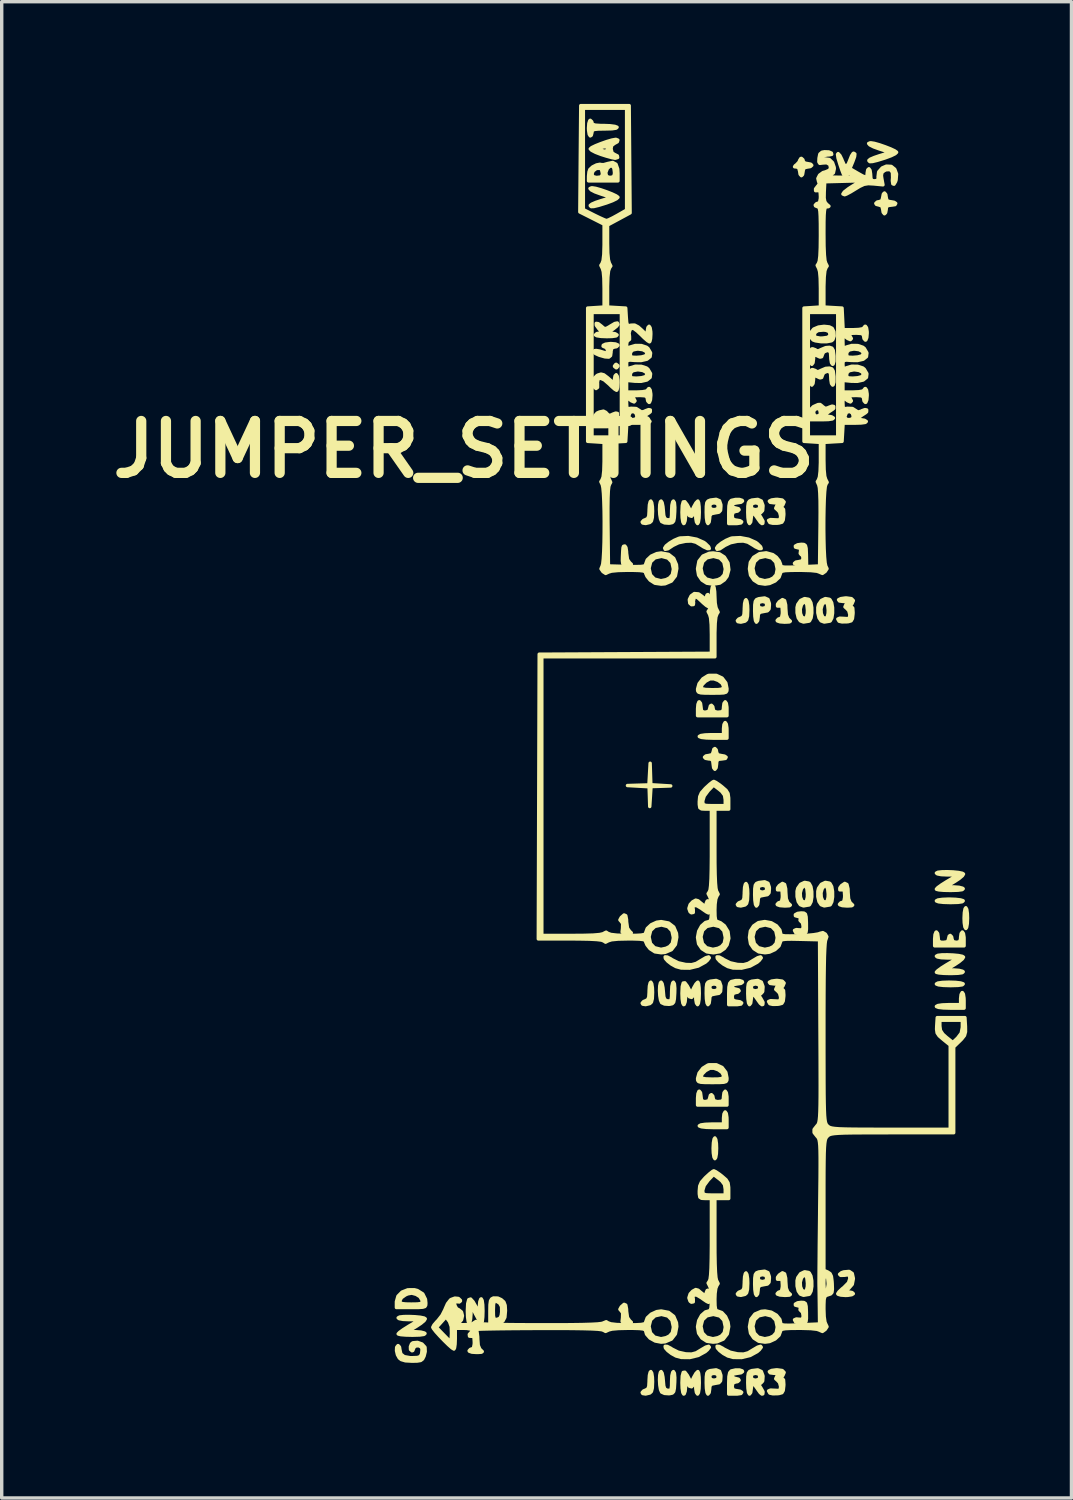
<source format=kicad_pcb>
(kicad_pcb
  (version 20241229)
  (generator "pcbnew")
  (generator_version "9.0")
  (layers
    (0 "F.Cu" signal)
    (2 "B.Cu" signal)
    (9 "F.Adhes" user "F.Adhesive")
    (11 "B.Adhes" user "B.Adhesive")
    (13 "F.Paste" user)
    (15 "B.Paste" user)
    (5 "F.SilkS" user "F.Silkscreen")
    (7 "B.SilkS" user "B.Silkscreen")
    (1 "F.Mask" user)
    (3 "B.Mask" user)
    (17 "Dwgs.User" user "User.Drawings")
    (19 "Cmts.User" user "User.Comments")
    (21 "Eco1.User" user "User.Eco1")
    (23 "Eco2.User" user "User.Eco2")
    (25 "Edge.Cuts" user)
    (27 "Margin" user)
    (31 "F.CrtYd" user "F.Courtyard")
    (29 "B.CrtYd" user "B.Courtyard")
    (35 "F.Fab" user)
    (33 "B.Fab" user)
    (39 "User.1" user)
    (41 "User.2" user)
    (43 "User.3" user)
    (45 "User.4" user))
  (footprint "JUMPER_SETTINGS"
    (layer "F.Cu")
    (at 16.816 20.141)
    (property "Reference" "JUMPER_SETTINGS" (at -6.25 -10 0) (layer "F.SilkS") (effects (font (size 1.524 1.524) (thickness 0.3))))
    (attr through_hole)
    (fp_poly (pts (xy -1.727 -12.446) (xy -1.766 -12.397) (xy -1.778 -12.395) (xy -1.827 -12.434) (xy -1.829 -12.446) (xy -1.79 -12.495) (xy -1.778 -12.497) (xy -1.729 -12.458) (xy -1.727 -12.446)) (stroke (width 0.1) (type solid)) (fill yes) (layer "F.SilkS"))
    (fp_poly (pts (xy 1.168 10.516) (xy 1.161 10.678) (xy 1.141 10.788) (xy 1.118 10.82) (xy 1.091 10.774) (xy 1.072 10.653) (xy 1.067 10.516) (xy 1.075 10.353) (xy 1.095 10.243) (xy 1.118 10.211) (xy 1.145 10.257) (xy 1.163 10.378) (xy 1.168 10.516)) (stroke (width 0.1) (type solid)) (fill yes) (layer "F.SilkS"))
    (fp_poly (pts (xy 8.534 3.759) (xy 8.527 3.922) (xy 8.507 4.032) (xy 8.484 4.064) (xy 8.457 4.018) (xy 8.438 3.897) (xy 8.433 3.759) (xy 8.441 3.597) (xy 8.461 3.487) (xy 8.484 3.454) (xy 8.511 3.501) (xy 8.529 3.622) (xy 8.534 3.759)) (stroke (width 0.1) (type solid)) (fill yes) (layer "F.SilkS"))
    (fp_poly (pts (xy 8.407 3.251) (xy 8.378 3.278) (xy 8.254 3.296) (xy 8.044 3.302) (xy 8.029 3.302) (xy 7.827 3.296) (xy 7.685 3.28) (xy 7.622 3.256) (xy 7.62 3.251) (xy 7.667 3.226) (xy 7.795 3.208) (xy 7.982 3.2) (xy 7.998 3.2) (xy 8.185 3.207) (xy 8.329 3.224) (xy 8.404 3.247) (xy 8.407 3.251)) (stroke (width 0.1) (type solid)) (fill yes) (layer "F.SilkS"))
    (fp_poly (pts (xy 8.407 5.69) (xy 8.378 5.717) (xy 8.254 5.734) (xy 8.044 5.74) (xy 8.029 5.74) (xy 7.827 5.734) (xy 7.685 5.718) (xy 7.622 5.694) (xy 7.62 5.69) (xy 7.667 5.664) (xy 7.795 5.646) (xy 7.982 5.639) (xy 7.998 5.639) (xy 8.185 5.645) (xy 8.329 5.662) (xy 8.404 5.686) (xy 8.407 5.69)) (stroke (width 0.1) (type solid)) (fill yes) (layer "F.SilkS"))
    (fp_poly (pts (xy -1.335 4.192) (xy -1.362 4.211) (xy -1.459 4.215) (xy -1.57 4.208) (xy -1.605 4.166) (xy -1.592 4.059) (xy -1.588 3.916) (xy -1.628 3.86) (xy -1.67 3.812) (xy -1.632 3.742) (xy -1.629 3.738) (xy -1.547 3.666) (xy -1.497 3.688) (xy -1.475 3.805) (xy -1.473 3.868) (xy -1.447 4.055) (xy -1.384 4.146) (xy -1.335 4.192)) (stroke (width 0.1) (type solid)) (fill yes) (layer "F.SilkS"))
    (fp_poly (pts (xy -1.335 15.622) (xy -1.362 15.641) (xy -1.459 15.645) (xy -1.57 15.638) (xy -1.605 15.596) (xy -1.592 15.489) (xy -1.588 15.346) (xy -1.628 15.29) (xy -1.67 15.242) (xy -1.632 15.172) (xy -1.629 15.168) (xy -1.547 15.096) (xy -1.497 15.118) (xy -1.475 15.235) (xy -1.473 15.298) (xy -1.447 15.485) (xy -1.384 15.576) (xy -1.335 15.622)) (stroke (width 0.1) (type solid)) (fill yes) (layer "F.SilkS"))
    (fp_poly (pts (xy -1.334 -6.628) (xy -1.362 -6.609) (xy -1.449 -6.606) (xy -1.542 -6.61) (xy -1.585 -6.644) (xy -1.597 -6.733) (xy -1.594 -6.845) (xy -1.586 -7.018) (xy -1.578 -7.113) (xy -1.564 -7.154) (xy -1.538 -7.163) (xy -1.524 -7.163) (xy -1.493 -7.118) (xy -1.475 -7.004) (xy -1.473 -6.953) (xy -1.447 -6.766) (xy -1.384 -6.675) (xy -1.334 -6.628)) (stroke (width 0.1) (type solid)) (fill yes) (layer "F.SilkS"))
    (fp_poly (pts (xy -0.711 -8.184) (xy -0.719 -8.001) (xy -0.745 -7.897) (xy -0.792 -7.854) (xy -0.915 -7.825) (xy -0.999 -7.839) (xy -1.016 -7.868) (xy -0.974 -7.916) (xy -0.914 -7.94) (xy -0.853 -7.973) (xy -0.822 -8.048) (xy -0.813 -8.192) (xy -0.813 -8.225) (xy -0.804 -8.371) (xy -0.781 -8.465) (xy -0.762 -8.484) (xy -0.735 -8.437) (xy -0.716 -8.317) (xy -0.711 -8.184)) (stroke (width 0.1) (type solid)) (fill yes) (layer "F.SilkS"))
    (fp_poly (pts (xy -0.711 5.938) (xy -0.719 6.122) (xy -0.745 6.225) (xy -0.792 6.268) (xy -0.915 6.297) (xy -0.999 6.284) (xy -1.016 6.254) (xy -0.974 6.207) (xy -0.914 6.183) (xy -0.853 6.15) (xy -0.822 6.075) (xy -0.813 5.93) (xy -0.813 5.898) (xy -0.804 5.751) (xy -0.781 5.657) (xy -0.762 5.639) (xy -0.735 5.685) (xy -0.716 5.805) (xy -0.711 5.938)) (stroke (width 0.1) (type solid)) (fill yes) (layer "F.SilkS"))
    (fp_poly (pts (xy -0.711 17.368) (xy -0.719 17.552) (xy -0.745 17.655) (xy -0.792 17.698) (xy -0.915 17.727) (xy -0.999 17.714) (xy -1.016 17.684) (xy -0.974 17.637) (xy -0.914 17.613) (xy -0.853 17.58) (xy -0.822 17.505) (xy -0.813 17.36) (xy -0.813 17.328) (xy -0.804 17.181) (xy -0.781 17.087) (xy -0.762 17.069) (xy -0.735 17.115) (xy -0.716 17.235) (xy -0.711 17.368)) (stroke (width 0.1) (type solid)) (fill yes) (layer "F.SilkS"))
    (fp_poly (pts (xy 1.473 -1.524) (xy 1.067 -1.524) (xy 0.866 -1.53) (xy 0.724 -1.546) (xy 0.662 -1.57) (xy 0.66 -1.575) (xy 0.707 -1.601) (xy 0.833 -1.619) (xy 1.016 -1.626) (xy 1.016 -1.626) (xy 1.372 -1.626) (xy 1.372 -1.803) (xy 1.384 -1.921) (xy 1.416 -1.98) (xy 1.422 -1.981) (xy 1.453 -1.936) (xy 1.471 -1.821) (xy 1.473 -1.753) (xy 1.473 -1.524)) (stroke (width 0.1) (type solid)) (fill yes) (layer "F.SilkS"))
    (fp_poly (pts (xy 1.473 9.906) (xy 1.067 9.906) (xy 0.866 9.9) (xy 0.724 9.884) (xy 0.662 9.86) (xy 0.66 9.855) (xy 0.707 9.829) (xy 0.833 9.811) (xy 1.016 9.804) (xy 1.016 9.804) (xy 1.372 9.804) (xy 1.372 9.627) (xy 1.384 9.509) (xy 1.416 9.45) (xy 1.422 9.449) (xy 1.453 9.494) (xy 1.471 9.609) (xy 1.473 9.677) (xy 1.473 9.906)) (stroke (width 0.1) (type solid)) (fill yes) (layer "F.SilkS"))
    (fp_poly (pts (xy 2.083 -5.289) (xy 2.075 -5.105) (xy 2.049 -5.001) (xy 2.002 -4.958) (xy 1.879 -4.929) (xy 1.795 -4.943) (xy 1.778 -4.972) (xy 1.82 -5.02) (xy 1.88 -5.044) (xy 1.941 -5.077) (xy 1.972 -5.152) (xy 1.981 -5.297) (xy 1.981 -5.329) (xy 1.99 -5.476) (xy 2.013 -5.569) (xy 2.032 -5.588) (xy 2.059 -5.542) (xy 2.078 -5.422) (xy 2.083 -5.289)) (stroke (width 0.1) (type solid)) (fill yes) (layer "F.SilkS"))
    (fp_poly (pts (xy 2.083 3.043) (xy 2.075 3.226) (xy 2.049 3.33) (xy 2.002 3.373) (xy 1.879 3.402) (xy 1.795 3.388) (xy 1.778 3.359) (xy 1.82 3.311) (xy 1.88 3.287) (xy 1.941 3.254) (xy 1.972 3.179) (xy 1.981 3.035) (xy 1.981 3.002) (xy 1.99 2.856) (xy 2.013 2.762) (xy 2.032 2.743) (xy 2.059 2.789) (xy 2.078 2.91) (xy 2.083 3.043)) (stroke (width 0.1) (type solid)) (fill yes) (layer "F.SilkS"))
    (fp_poly (pts (xy 2.083 14.473) (xy 2.075 14.656) (xy 2.049 14.76) (xy 2.002 14.803) (xy 1.879 14.832) (xy 1.795 14.818) (xy 1.778 14.789) (xy 1.82 14.741) (xy 1.88 14.717) (xy 1.941 14.684) (xy 1.972 14.609) (xy 1.981 14.465) (xy 1.981 14.432) (xy 1.99 14.286) (xy 2.013 14.192) (xy 2.032 14.173) (xy 2.059 14.219) (xy 2.078 14.34) (xy 2.083 14.473)) (stroke (width 0.1) (type solid)) (fill yes) (layer "F.SilkS"))
    (fp_poly (pts (xy 8.433 6.401) (xy 8.026 6.401) (xy 7.825 6.395) (xy 7.684 6.379) (xy 7.621 6.355) (xy 7.62 6.35) (xy 7.667 6.324) (xy 7.793 6.306) (xy 7.975 6.299) (xy 7.976 6.299) (xy 8.331 6.299) (xy 8.331 6.121) (xy 8.344 6.004) (xy 8.375 5.945) (xy 8.382 5.944) (xy 8.412 5.989) (xy 8.43 6.104) (xy 8.433 6.172) (xy 8.433 6.401)) (stroke (width 0.1) (type solid)) (fill yes) (layer "F.SilkS"))
    (fp_poly (pts (xy 0.955 4.924) (xy 0.9 4.997) (xy 0.836 5.053) (xy 0.627 5.167) (xy 0.378 5.227) (xy 0.13 5.224) (xy -0.025 5.181) (xy -0.154 5.109) (xy -0.265 5.023) (xy -0.335 4.944) (xy -0.342 4.897) (xy -0.281 4.9) (xy -0.177 4.954) (xy -0.143 4.978) (xy 0.043 5.071) (xy 0.264 5.12) (xy 0.438 5.125) (xy 0.573 5.088) (xy 0.713 5.003) (xy 0.85 4.922) (xy 0.934 4.897) (xy 0.955 4.924)) (stroke (width 0.1) (type solid)) (fill yes) (layer "F.SilkS"))
    (fp_poly (pts (xy 0.955 16.354) (xy 0.9 16.427) (xy 0.836 16.483) (xy 0.627 16.597) (xy 0.378 16.657) (xy 0.13 16.654) (xy -0.025 16.611) (xy -0.154 16.539) (xy -0.265 16.453) (xy -0.335 16.374) (xy -0.342 16.327) (xy -0.281 16.33) (xy -0.177 16.384) (xy -0.143 16.408) (xy 0.043 16.501) (xy 0.264 16.55) (xy 0.438 16.555) (xy 0.573 16.518) (xy 0.713 16.433) (xy 0.85 16.352) (xy 0.934 16.327) (xy 0.955 16.354)) (stroke (width 0.1) (type solid)) (fill yes) (layer "F.SilkS"))
    (fp_poly (pts (xy 2.479 4.924) (xy 2.424 4.997) (xy 2.36 5.053) (xy 2.151 5.167) (xy 1.902 5.227) (xy 1.654 5.224) (xy 1.499 5.181) (xy 1.37 5.109) (xy 1.259 5.023) (xy 1.189 4.944) (xy 1.182 4.897) (xy 1.243 4.9) (xy 1.347 4.954) (xy 1.381 4.978) (xy 1.567 5.071) (xy 1.788 5.12) (xy 1.962 5.125) (xy 2.097 5.088) (xy 2.237 5.003) (xy 2.374 4.922) (xy 2.458 4.897) (xy 2.479 4.924)) (stroke (width 0.1) (type solid)) (fill yes) (layer "F.SilkS"))
    (fp_poly (pts (xy 2.479 16.354) (xy 2.424 16.427) (xy 2.36 16.483) (xy 2.151 16.597) (xy 1.902 16.657) (xy 1.654 16.654) (xy 1.499 16.611) (xy 1.37 16.539) (xy 1.259 16.453) (xy 1.189 16.374) (xy 1.182 16.327) (xy 1.243 16.33) (xy 1.347 16.384) (xy 1.381 16.408) (xy 1.567 16.501) (xy 1.788 16.55) (xy 1.962 16.555) (xy 2.097 16.518) (xy 2.237 16.433) (xy 2.374 16.352) (xy 2.458 16.327) (xy 2.479 16.354)) (stroke (width 0.1) (type solid)) (fill yes) (layer "F.SilkS"))
    (fp_poly (pts (xy -0.178 -0.121) (xy -0.467 -0.111) (xy -0.757 -0.102) (xy -0.762 -0.021) (xy -0.762 -0.127) (xy -0.787 -0.152) (xy -0.813 -0.127) (xy -0.787 -0.102) (xy -0.762 -0.127) (xy -0.762 -0.021) (xy -0.775 0.191) (xy -0.794 0.483) (xy -0.803 0.193) (xy -0.813 -0.097) (xy -1.13 -0.115) (xy -1.448 -0.133) (xy -1.133 -0.143) (xy -0.818 -0.152) (xy -0.8 -0.47) (xy -0.782 -0.787) (xy -0.772 -0.472) (xy -0.762 -0.157) (xy -0.47 -0.139) (xy -0.178 -0.121)) (stroke (width 0.1) (type solid)) (fill yes) (layer "F.SilkS"))
    (fp_poly (pts (xy 0.954 -7.09) (xy 0.901 -7.087) (xy 0.789 -7.138) (xy 0.713 -7.187) (xy 0.564 -7.276) (xy 0.43 -7.31) (xy 0.26 -7.304) (xy 0.051 -7.26) (xy -0.116 -7.18) (xy -0.128 -7.171) (xy -0.262 -7.082) (xy -0.339 -7.066) (xy -0.356 -7.102) (xy -0.314 -7.167) (xy -0.21 -7.25) (xy -0.075 -7.331) (xy 0.058 -7.388) (xy 0.099 -7.399) (xy 0.336 -7.41) (xy 0.582 -7.364) (xy 0.792 -7.271) (xy 0.836 -7.239) (xy 0.936 -7.142) (xy 0.954 -7.09)) (stroke (width 0.1) (type solid)) (fill yes) (layer "F.SilkS"))
    (fp_poly (pts (xy 2.478 -7.09) (xy 2.425 -7.087) (xy 2.313 -7.138) (xy 2.237 -7.187) (xy 2.088 -7.276) (xy 1.954 -7.31) (xy 1.784 -7.304) (xy 1.575 -7.26) (xy 1.408 -7.18) (xy 1.396 -7.171) (xy 1.262 -7.082) (xy 1.185 -7.066) (xy 1.168 -7.102) (xy 1.21 -7.167) (xy 1.314 -7.25) (xy 1.449 -7.331) (xy 1.582 -7.388) (xy 1.623 -7.399) (xy 1.86 -7.41) (xy 2.106 -7.364) (xy 2.316 -7.271) (xy 2.36 -7.239) (xy 2.46 -7.142) (xy 2.478 -7.09)) (stroke (width 0.1) (type solid)) (fill yes) (layer "F.SilkS"))
    (fp_poly (pts (xy 3.962 -18.339) (xy 3.919 -18.301) (xy 3.835 -18.288) (xy 3.739 -18.267) (xy 3.709 -18.184) (xy 3.708 -18.161) (xy 3.691 -18.066) (xy 3.658 -18.034) (xy 3.619 -18.077) (xy 3.607 -18.161) (xy 3.579 -18.265) (xy 3.518 -18.29) (xy 3.457 -18.296) (xy 3.478 -18.328) (xy 3.518 -18.359) (xy 3.59 -18.437) (xy 3.607 -18.484) (xy 3.641 -18.539) (xy 3.658 -18.542) (xy 3.703 -18.501) (xy 3.708 -18.466) (xy 3.753 -18.405) (xy 3.835 -18.39) (xy 3.931 -18.372) (xy 3.962 -18.339)) (stroke (width 0.1) (type solid)) (fill yes) (layer "F.SilkS"))
    (fp_poly (pts (xy 3.333 -4.956) (xy 3.308 -4.936) (xy 3.199 -4.93) (xy 3.162 -4.929) (xy 3.03 -4.939) (xy 2.954 -4.965) (xy 2.946 -4.978) (xy 2.988 -5.023) (xy 3.023 -5.029) (xy 3.076 -5.063) (xy 3.098 -5.175) (xy 3.099 -5.231) (xy 3.091 -5.36) (xy 3.06 -5.408) (xy 3.023 -5.403) (xy 2.957 -5.402) (xy 2.956 -5.457) (xy 3.007 -5.527) (xy 3.102 -5.591) (xy 3.165 -5.56) (xy 3.196 -5.434) (xy 3.2 -5.327) (xy 3.214 -5.141) (xy 3.258 -5.03) (xy 3.289 -4.998) (xy 3.333 -4.956)) (stroke (width 0.1) (type solid)) (fill yes) (layer "F.SilkS"))
    (fp_poly (pts (xy 3.333 3.375) (xy 3.308 3.395) (xy 3.199 3.402) (xy 3.162 3.402) (xy 3.03 3.392) (xy 2.954 3.366) (xy 2.946 3.353) (xy 2.988 3.308) (xy 3.023 3.302) (xy 3.076 3.268) (xy 3.098 3.156) (xy 3.099 3.1) (xy 3.091 2.971) (xy 3.06 2.923) (xy 3.023 2.928) (xy 2.957 2.929) (xy 2.956 2.874) (xy 3.007 2.804) (xy 3.102 2.74) (xy 3.165 2.771) (xy 3.196 2.897) (xy 3.2 3.004) (xy 3.214 3.191) (xy 3.258 3.302) (xy 3.289 3.333) (xy 3.333 3.375)) (stroke (width 0.1) (type solid)) (fill yes) (layer "F.SilkS"))
    (fp_poly (pts (xy 3.333 14.805) (xy 3.308 14.825) (xy 3.199 14.832) (xy 3.162 14.832) (xy 3.03 14.822) (xy 2.954 14.796) (xy 2.946 14.783) (xy 2.988 14.738) (xy 3.023 14.732) (xy 3.076 14.698) (xy 3.098 14.586) (xy 3.099 14.53) (xy 3.091 14.401) (xy 3.06 14.353) (xy 3.023 14.358) (xy 2.957 14.359) (xy 2.956 14.304) (xy 3.007 14.234) (xy 3.102 14.17) (xy 3.165 14.201) (xy 3.196 14.327) (xy 3.2 14.434) (xy 3.214 14.621) (xy 3.258 14.732) (xy 3.289 14.763) (xy 3.333 14.805)) (stroke (width 0.1) (type solid)) (fill yes) (layer "F.SilkS"))
    (fp_poly (pts (xy 3.81 -6.604) (xy 3.632 -6.604) (xy 3.515 -6.617) (xy 3.456 -6.648) (xy 3.454 -6.655) (xy 3.498 -6.693) (xy 3.581 -6.706) (xy 3.681 -6.729) (xy 3.708 -6.807) (xy 3.686 -6.89) (xy 3.654 -6.909) (xy 3.623 -6.948) (xy 3.632 -7.01) (xy 3.637 -7.09) (xy 3.564 -7.112) (xy 3.556 -7.112) (xy 3.484 -7.131) (xy 3.48 -7.163) (xy 3.549 -7.2) (xy 3.654 -7.214) (xy 3.733 -7.209) (xy 3.776 -7.177) (xy 3.796 -7.096) (xy 3.803 -6.941) (xy 3.804 -6.909) (xy 3.81 -6.604)) (stroke (width 0.1) (type solid)) (fill yes) (layer "F.SilkS"))
    (fp_poly (pts (xy 5.162 3.375) (xy 5.136 3.395) (xy 5.028 3.402) (xy 4.991 3.402) (xy 4.859 3.392) (xy 4.783 3.366) (xy 4.775 3.353) (xy 4.816 3.308) (xy 4.851 3.302) (xy 4.905 3.268) (xy 4.926 3.156) (xy 4.928 3.1) (xy 4.919 2.971) (xy 4.889 2.923) (xy 4.851 2.928) (xy 4.786 2.929) (xy 4.785 2.874) (xy 4.836 2.804) (xy 4.931 2.74) (xy 4.994 2.771) (xy 5.025 2.897) (xy 5.029 3.004) (xy 5.043 3.191) (xy 5.087 3.302) (xy 5.118 3.333) (xy 5.162 3.375)) (stroke (width 0.1) (type solid)) (fill yes) (layer "F.SilkS"))
    (fp_poly (pts (xy -1.753 -19.456) (xy -1.782 -19.429) (xy -1.904 -19.411) (xy -2.105 -19.406) (xy -2.301 -19.403) (xy -2.416 -19.392) (xy -2.472 -19.368) (xy -2.489 -19.323) (xy -2.489 -19.304) (xy -2.51 -19.221) (xy -2.54 -19.202) (xy -2.57 -19.248) (xy -2.588 -19.363) (xy -2.591 -19.431) (xy -2.581 -19.567) (xy -2.555 -19.649) (xy -2.54 -19.66) (xy -2.495 -19.618) (xy -2.489 -19.583) (xy -2.468 -19.542) (xy -2.393 -19.518) (xy -2.244 -19.508) (xy -2.137 -19.507) (xy -1.956 -19.5) (xy -1.819 -19.482) (xy -1.753 -19.457) (xy -1.753 -19.456)) (stroke (width 0.1) (type solid)) (fill yes) (layer "F.SilkS"))
    (fp_poly (pts (xy -1.727 -17.399) (xy -1.772 -17.357) (xy -1.89 -17.299) (xy -2.056 -17.237) (xy -2.074 -17.231) (xy -2.294 -17.163) (xy -2.435 -17.129) (xy -2.512 -17.126) (xy -2.539 -17.152) (xy -2.54 -17.162) (xy -2.495 -17.198) (xy -2.379 -17.249) (xy -2.226 -17.3) (xy -1.912 -17.395) (xy -2.226 -17.496) (xy -2.4 -17.559) (xy -2.51 -17.616) (xy -2.548 -17.658) (xy -2.501 -17.678) (xy -2.48 -17.678) (xy -2.379 -17.662) (xy -2.231 -17.62) (xy -2.063 -17.562) (xy -1.905 -17.5) (xy -1.784 -17.443) (xy -1.728 -17.403) (xy -1.727 -17.399)) (stroke (width 0.1) (type solid)) (fill yes) (layer "F.SilkS"))
    (fp_poly (pts (xy 6.452 -18.72) (xy 6.407 -18.678) (xy 6.289 -18.62) (xy 6.123 -18.558) (xy 6.105 -18.552) (xy 5.885 -18.484) (xy 5.744 -18.45) (xy 5.667 -18.446) (xy 5.64 -18.472) (xy 5.639 -18.483) (xy 5.683 -18.519) (xy 5.8 -18.569) (xy 5.953 -18.621) (xy 6.267 -18.716) (xy 5.953 -18.817) (xy 5.779 -18.88) (xy 5.668 -18.937) (xy 5.631 -18.979) (xy 5.678 -18.999) (xy 5.699 -18.999) (xy 5.8 -18.983) (xy 5.948 -18.941) (xy 6.115 -18.883) (xy 6.274 -18.821) (xy 6.395 -18.764) (xy 6.451 -18.724) (xy 6.452 -18.72)) (stroke (width 0.1) (type solid)) (fill yes) (layer "F.SilkS"))
    (fp_poly (pts (xy 0.965 -5.563) (xy 0.955 -5.445) (xy 0.931 -5.386) (xy 0.926 -5.385) (xy 0.87 -5.418) (xy 0.772 -5.501) (xy 0.721 -5.55) (xy 0.614 -5.647) (xy 0.549 -5.674) (xy 0.511 -5.643) (xy 0.486 -5.542) (xy 0.493 -5.504) (xy 0.486 -5.446) (xy 0.433 -5.441) (xy 0.381 -5.487) (xy 0.368 -5.591) (xy 0.421 -5.7) (xy 0.515 -5.768) (xy 0.638 -5.758) (xy 0.741 -5.686) (xy 0.824 -5.615) (xy 0.858 -5.616) (xy 0.864 -5.655) (xy 0.889 -5.728) (xy 0.914 -5.74) (xy 0.948 -5.696) (xy 0.965 -5.586) (xy 0.965 -5.563)) (stroke (width 0.1) (type solid)) (fill yes) (layer "F.SilkS"))
    (fp_poly (pts (xy 0.965 3.429) (xy 0.957 3.547) (xy 0.936 3.605) (xy 0.932 3.607) (xy 0.874 3.579) (xy 0.77 3.508) (xy 0.728 3.477) (xy 0.593 3.396) (xy 0.504 3.386) (xy 0.472 3.445) (xy 0.484 3.509) (xy 0.484 3.592) (xy 0.429 3.602) (xy 0.389 3.573) (xy 0.355 3.476) (xy 0.392 3.36) (xy 0.467 3.28) (xy 0.556 3.231) (xy 0.625 3.25) (xy 0.687 3.303) (xy 0.793 3.388) (xy 0.849 3.39) (xy 0.864 3.327) (xy 0.891 3.26) (xy 0.914 3.251) (xy 0.948 3.296) (xy 0.965 3.406) (xy 0.965 3.429)) (stroke (width 0.1) (type solid)) (fill yes) (layer "F.SilkS"))
    (fp_poly (pts (xy 0.965 14.859) (xy 0.957 14.977) (xy 0.936 15.035) (xy 0.932 15.037) (xy 0.874 15.009) (xy 0.77 14.938) (xy 0.728 14.907) (xy 0.593 14.826) (xy 0.504 14.816) (xy 0.472 14.875) (xy 0.484 14.939) (xy 0.484 15.022) (xy 0.429 15.032) (xy 0.389 15.003) (xy 0.355 14.906) (xy 0.392 14.79) (xy 0.467 14.71) (xy 0.556 14.661) (xy 0.625 14.68) (xy 0.687 14.733) (xy 0.793 14.818) (xy 0.849 14.82) (xy 0.864 14.757) (xy 0.891 14.69) (xy 0.914 14.681) (xy 0.948 14.726) (xy 0.965 14.836) (xy 0.965 14.859)) (stroke (width 0.1) (type solid)) (fill yes) (layer "F.SilkS"))
    (fp_poly (pts (xy 6.426 -17.221) (xy 6.406 -17.185) (xy 6.308 -17.17) (xy 6.302 -17.17) (xy 6.192 -17.157) (xy 6.151 -17.101) (xy 6.147 -17.043) (xy 6.129 -16.948) (xy 6.096 -16.916) (xy 6.058 -16.96) (xy 6.045 -17.043) (xy 6.021 -17.143) (xy 5.944 -17.17) (xy 5.861 -17.192) (xy 5.842 -17.221) (xy 5.885 -17.262) (xy 5.944 -17.272) (xy 6.023 -17.302) (xy 6.045 -17.399) (xy 6.063 -17.494) (xy 6.096 -17.526) (xy 6.134 -17.483) (xy 6.147 -17.399) (xy 6.168 -17.302) (xy 6.25 -17.272) (xy 6.271 -17.272) (xy 6.378 -17.253) (xy 6.426 -17.221)) (stroke (width 0.1) (type solid)) (fill yes) (layer "F.SilkS"))
    (fp_poly (pts (xy -1.727 -13.67) (xy -1.766 -13.616) (xy -1.863 -13.538) (xy -1.892 -13.519) (xy -2.057 -13.413) (xy -1.921 -13.412) (xy -1.808 -13.394) (xy -1.753 -13.36) (xy -1.78 -13.331) (xy -1.9 -13.314) (xy -2.054 -13.31) (xy -2.228 -13.317) (xy -2.347 -13.336) (xy -2.388 -13.36) (xy -2.345 -13.401) (xy -2.277 -13.411) (xy -2.167 -13.411) (xy -2.286 -13.538) (xy -2.363 -13.643) (xy -2.365 -13.699) (xy -2.306 -13.69) (xy -2.221 -13.625) (xy -2.14 -13.555) (xy -2.077 -13.546) (xy -1.988 -13.594) (xy -1.954 -13.616) (xy -1.818 -13.696) (xy -1.746 -13.71) (xy -1.727 -13.67)) (stroke (width 0.1) (type solid)) (fill yes) (layer "F.SilkS"))
    (fp_poly (pts (xy -1.727 -13.056) (xy -1.77 -13.014) (xy -1.829 -13.005) (xy -1.903 -12.981) (xy -1.929 -12.892) (xy -1.93 -12.852) (xy -1.944 -12.753) (xy -1.996 -12.709) (xy -2.107 -12.716) (xy -2.273 -12.763) (xy -2.388 -12.815) (xy -2.438 -12.865) (xy -2.411 -12.898) (xy -2.366 -12.903) (xy -2.265 -12.886) (xy -2.162 -12.854) (xy -2.068 -12.828) (xy -2.035 -12.861) (xy -2.032 -12.904) (xy -2.065 -12.987) (xy -2.111 -13.005) (xy -2.164 -13.029) (xy -2.159 -13.056) (xy -2.092 -13.088) (xy -1.966 -13.105) (xy -1.927 -13.106) (xy -1.801 -13.095) (xy -1.732 -13.066) (xy -1.727 -13.056)) (stroke (width 0.1) (type solid)) (fill yes) (layer "F.SilkS"))
    (fp_poly (pts (xy 3.805 4.08) (xy 3.794 4.171) (xy 3.758 4.209) (xy 3.687 4.216) (xy 3.666 4.216) (xy 3.55 4.206) (xy 3.488 4.183) (xy 3.455 4.119) (xy 3.51 4.095) (xy 3.581 4.102) (xy 3.675 4.106) (xy 3.706 4.046) (xy 3.708 3.994) (xy 3.69 3.895) (xy 3.652 3.861) (xy 3.618 3.824) (xy 3.625 3.785) (xy 3.617 3.722) (xy 3.551 3.708) (xy 3.482 3.689) (xy 3.48 3.658) (xy 3.549 3.62) (xy 3.654 3.607) (xy 3.733 3.612) (xy 3.776 3.643) (xy 3.796 3.724) (xy 3.803 3.879) (xy 3.804 3.912) (xy 3.805 4.08)) (stroke (width 0.1) (type solid)) (fill yes) (layer "F.SilkS"))
    (fp_poly (pts (xy 3.805 15.51) (xy 3.794 15.601) (xy 3.758 15.639) (xy 3.687 15.646) (xy 3.666 15.646) (xy 3.55 15.636) (xy 3.488 15.613) (xy 3.455 15.549) (xy 3.51 15.525) (xy 3.581 15.532) (xy 3.675 15.536) (xy 3.706 15.476) (xy 3.708 15.424) (xy 3.69 15.325) (xy 3.652 15.291) (xy 3.618 15.254) (xy 3.625 15.215) (xy 3.617 15.152) (xy 3.551 15.138) (xy 3.482 15.119) (xy 3.48 15.088) (xy 3.549 15.05) (xy 3.654 15.037) (xy 3.733 15.042) (xy 3.776 15.073) (xy 3.796 15.154) (xy 3.803 15.309) (xy 3.804 15.342) (xy 3.805 15.51)) (stroke (width 0.1) (type solid)) (fill yes) (layer "F.SilkS"))
    (fp_poly (pts (xy 5.182 14.783) (xy 5.136 14.813) (xy 5.021 14.831) (xy 4.953 14.834) (xy 4.817 14.824) (xy 4.735 14.8) (xy 4.724 14.785) (xy 4.761 14.728) (xy 4.855 14.639) (xy 4.902 14.602) (xy 5.04 14.462) (xy 5.08 14.339) (xy 5.069 14.252) (xy 5.014 14.229) (xy 4.928 14.242) (xy 4.811 14.246) (xy 4.778 14.213) (xy 4.836 14.166) (xy 4.902 14.143) (xy 5.06 14.129) (xy 5.15 14.189) (xy 5.181 14.328) (xy 5.182 14.346) (xy 5.151 14.508) (xy 5.048 14.627) (xy 4.914 14.732) (xy 5.048 14.732) (xy 5.146 14.749) (xy 5.182 14.783)) (stroke (width 0.1) (type solid)) (fill yes) (layer "F.SilkS"))
    (fp_poly (pts (xy -1.727 -11.963) (xy -1.735 -11.827) (xy -1.756 -11.745) (xy -1.768 -11.735) (xy -1.824 -11.768) (xy -1.922 -11.854) (xy -1.981 -11.913) (xy -2.128 -12.04) (xy -2.241 -12.091) (xy -2.312 -12.065) (xy -2.329 -11.962) (xy -2.326 -11.938) (xy -2.326 -11.82) (xy -2.371 -11.786) (xy -2.421 -11.832) (xy -2.438 -11.955) (xy -2.418 -12.09) (xy -2.341 -12.168) (xy -2.312 -12.183) (xy -2.223 -12.21) (xy -2.143 -12.189) (xy -2.035 -12.108) (xy -2.007 -12.084) (xy -1.829 -11.927) (xy -1.829 -12.06) (xy -1.812 -12.158) (xy -1.778 -12.192) (xy -1.748 -12.147) (xy -1.73 -12.032) (xy -1.727 -11.963)) (stroke (width 0.1) (type solid)) (fill yes) (layer "F.SilkS"))
    (fp_poly (pts (xy 1.448 -0.965) (xy 1.428 -0.929) (xy 1.329 -0.914) (xy 1.324 -0.914) (xy 1.214 -0.902) (xy 1.174 -0.845) (xy 1.168 -0.762) (xy 1.154 -0.655) (xy 1.118 -0.61) (xy 1.118 -0.61) (xy 1.082 -0.654) (xy 1.067 -0.76) (xy 1.067 -0.762) (xy 1.053 -0.871) (xy 0.995 -0.911) (xy 0.94 -0.914) (xy 0.844 -0.932) (xy 0.813 -0.965) (xy 0.856 -1.003) (xy 0.94 -1.016) (xy 1.039 -1.04) (xy 1.067 -1.118) (xy 1.088 -1.2) (xy 1.118 -1.219) (xy 1.159 -1.177) (xy 1.168 -1.118) (xy 1.199 -1.037) (xy 1.292 -1.016) (xy 1.4 -0.997) (xy 1.448 -0.965)) (stroke (width 0.1) (type solid)) (fill yes) (layer "F.SilkS"))
    (fp_poly (pts (xy -5.69 15.291) (xy -5.695 15.466) (xy -5.709 15.593) (xy -5.728 15.646) (xy -5.73 15.646) (xy -5.772 15.605) (xy -5.842 15.497) (xy -5.905 15.38) (xy -6.039 15.113) (xy -6.042 15.38) (xy -6.053 15.529) (xy -6.076 15.626) (xy -6.096 15.646) (xy -6.122 15.599) (xy -6.14 15.473) (xy -6.147 15.291) (xy -6.147 15.291) (xy -6.137 15.075) (xy -6.106 14.958) (xy -6.053 14.94) (xy -5.979 15.021) (xy -5.906 15.151) (xy -5.798 15.367) (xy -5.794 15.151) (xy -5.782 15.019) (xy -5.754 14.943) (xy -5.74 14.935) (xy -5.714 14.982) (xy -5.696 15.108) (xy -5.69 15.29) (xy -5.69 15.291)) (stroke (width 0.1) (type solid)) (fill yes) (layer "F.SilkS"))
    (fp_poly (pts (xy -0.058 -8.301) (xy -0.061 -8.166) (xy -0.072 -7.993) (xy -0.091 -7.896) (xy -0.131 -7.852) (xy -0.204 -7.836) (xy -0.229 -7.834) (xy -0.359 -7.842) (xy -0.445 -7.882) (xy -0.478 -7.959) (xy -0.499 -8.089) (xy -0.507 -8.239) (xy -0.501 -8.375) (xy -0.481 -8.466) (xy -0.46 -8.484) (xy -0.43 -8.438) (xy -0.406 -8.32) (xy -0.396 -8.217) (xy -0.382 -8.058) (xy -0.353 -7.975) (xy -0.299 -7.94) (xy -0.267 -7.934) (xy -0.202 -7.933) (xy -0.167 -7.968) (xy -0.154 -8.063) (xy -0.152 -8.201) (xy -0.144 -8.362) (xy -0.12 -8.463) (xy -0.099 -8.484) (xy -0.07 -8.436) (xy -0.058 -8.301)) (stroke (width 0.1) (type solid)) (fill yes) (layer "F.SilkS"))
    (fp_poly (pts (xy -0.058 5.821) (xy -0.061 5.956) (xy -0.072 6.13) (xy -0.091 6.226) (xy -0.131 6.27) (xy -0.204 6.286) (xy -0.229 6.289) (xy -0.359 6.28) (xy -0.445 6.241) (xy -0.478 6.164) (xy -0.499 6.034) (xy -0.507 5.884) (xy -0.501 5.747) (xy -0.481 5.657) (xy -0.46 5.639) (xy -0.43 5.685) (xy -0.406 5.802) (xy -0.396 5.905) (xy -0.382 6.064) (xy -0.353 6.147) (xy -0.299 6.182) (xy -0.267 6.188) (xy -0.202 6.19) (xy -0.167 6.155) (xy -0.154 6.06) (xy -0.152 5.922) (xy -0.144 5.76) (xy -0.12 5.66) (xy -0.099 5.639) (xy -0.07 5.687) (xy -0.058 5.821)) (stroke (width 0.1) (type solid)) (fill yes) (layer "F.SilkS"))
    (fp_poly (pts (xy -0.058 17.251) (xy -0.061 17.386) (xy -0.072 17.56) (xy -0.091 17.656) (xy -0.131 17.7) (xy -0.204 17.716) (xy -0.229 17.719) (xy -0.359 17.71) (xy -0.445 17.671) (xy -0.478 17.594) (xy -0.499 17.464) (xy -0.507 17.314) (xy -0.501 17.177) (xy -0.481 17.087) (xy -0.46 17.069) (xy -0.43 17.115) (xy -0.406 17.232) (xy -0.396 17.335) (xy -0.382 17.494) (xy -0.353 17.577) (xy -0.299 17.612) (xy -0.267 17.618) (xy -0.202 17.62) (xy -0.167 17.585) (xy -0.154 17.49) (xy -0.152 17.352) (xy -0.144 17.19) (xy -0.12 17.09) (xy -0.099 17.069) (xy -0.07 17.117) (xy -0.058 17.251)) (stroke (width 0.1) (type solid)) (fill yes) (layer "F.SilkS"))
    (fp_poly (pts (xy 1.295 -8.331) (xy 1.286 -8.21) (xy 1.238 -8.157) (xy 1.219 -8.153) (xy 1.219 -8.331) (xy 1.189 -8.411) (xy 1.092 -8.433) (xy 0.993 -8.409) (xy 0.965 -8.331) (xy 0.995 -8.252) (xy 1.092 -8.23) (xy 1.192 -8.253) (xy 1.219 -8.331) (xy 1.219 -8.153) (xy 1.13 -8.137) (xy 1.016 -8.114) (xy 0.971 -8.055) (xy 0.965 -7.972) (xy 0.95 -7.867) (xy 0.914 -7.823) (xy 0.888 -7.87) (xy 0.87 -7.993) (xy 0.864 -8.152) (xy 0.867 -8.331) (xy 0.881 -8.434) (xy 0.917 -8.485) (xy 0.981 -8.511) (xy 0.987 -8.513) (xy 1.156 -8.535) (xy 1.255 -8.492) (xy 1.294 -8.377) (xy 1.295 -8.331)) (stroke (width 0.1) (type solid)) (fill yes) (layer "F.SilkS"))
    (fp_poly (pts (xy 1.295 5.792) (xy 1.286 5.912) (xy 1.238 5.966) (xy 1.219 5.969) (xy 1.219 5.791) (xy 1.189 5.712) (xy 1.092 5.69) (xy 0.993 5.713) (xy 0.965 5.791) (xy 0.995 5.871) (xy 1.092 5.893) (xy 1.192 5.869) (xy 1.219 5.791) (xy 1.219 5.969) (xy 1.13 5.985) (xy 1.016 6.008) (xy 0.971 6.067) (xy 0.965 6.15) (xy 0.95 6.256) (xy 0.914 6.299) (xy 0.888 6.253) (xy 0.87 6.129) (xy 0.864 5.97) (xy 0.867 5.791) (xy 0.881 5.688) (xy 0.917 5.637) (xy 0.981 5.611) (xy 0.987 5.61) (xy 1.156 5.588) (xy 1.255 5.631) (xy 1.294 5.746) (xy 1.295 5.792)) (stroke (width 0.1) (type solid)) (fill yes) (layer "F.SilkS"))
    (fp_poly (pts (xy 1.295 17.222) (xy 1.286 17.342) (xy 1.238 17.396) (xy 1.219 17.399) (xy 1.219 17.221) (xy 1.189 17.142) (xy 1.092 17.12) (xy 0.993 17.143) (xy 0.965 17.221) (xy 0.995 17.301) (xy 1.092 17.323) (xy 1.192 17.299) (xy 1.219 17.221) (xy 1.219 17.399) (xy 1.13 17.415) (xy 1.016 17.438) (xy 0.971 17.497) (xy 0.965 17.58) (xy 0.95 17.686) (xy 0.914 17.729) (xy 0.888 17.683) (xy 0.87 17.559) (xy 0.864 17.4) (xy 0.867 17.221) (xy 0.881 17.118) (xy 0.917 17.067) (xy 0.981 17.041) (xy 0.987 17.04) (xy 1.156 17.018) (xy 1.255 17.061) (xy 1.294 17.176) (xy 1.295 17.222)) (stroke (width 0.1) (type solid)) (fill yes) (layer "F.SilkS"))
    (fp_poly (pts (xy 1.473 -2.184) (xy 1.041 -2.184) (xy 0.61 -2.184) (xy 0.61 -2.388) (xy 0.621 -2.515) (xy 0.649 -2.586) (xy 0.66 -2.591) (xy 0.696 -2.547) (xy 0.711 -2.44) (xy 0.711 -2.438) (xy 0.725 -2.329) (xy 0.783 -2.29) (xy 0.838 -2.286) (xy 0.938 -2.31) (xy 0.965 -2.388) (xy 0.986 -2.47) (xy 1.016 -2.489) (xy 1.057 -2.447) (xy 1.067 -2.388) (xy 1.091 -2.313) (xy 1.18 -2.287) (xy 1.219 -2.286) (xy 1.327 -2.299) (xy 1.367 -2.358) (xy 1.372 -2.438) (xy 1.386 -2.545) (xy 1.422 -2.591) (xy 1.422 -2.591) (xy 1.454 -2.546) (xy 1.472 -2.433) (xy 1.473 -2.388) (xy 1.473 -2.184)) (stroke (width 0.1) (type solid)) (fill yes) (layer "F.SilkS"))
    (fp_poly (pts (xy 1.473 9.246) (xy 1.041 9.246) (xy 0.61 9.246) (xy 0.61 9.042) (xy 0.621 8.915) (xy 0.649 8.844) (xy 0.66 8.839) (xy 0.696 8.883) (xy 0.711 8.99) (xy 0.711 8.992) (xy 0.725 9.101) (xy 0.783 9.14) (xy 0.838 9.144) (xy 0.938 9.12) (xy 0.965 9.042) (xy 0.986 8.96) (xy 1.016 8.941) (xy 1.057 8.983) (xy 1.067 9.042) (xy 1.091 9.117) (xy 1.18 9.143) (xy 1.219 9.144) (xy 1.327 9.131) (xy 1.367 9.072) (xy 1.372 8.992) (xy 1.386 8.885) (xy 1.422 8.839) (xy 1.422 8.839) (xy 1.454 8.884) (xy 1.472 8.997) (xy 1.473 9.042) (xy 1.473 9.246)) (stroke (width 0.1) (type solid)) (fill yes) (layer "F.SilkS"))
    (fp_poly (pts (xy 1.93 -8.484) (xy 1.886 -8.448) (xy 1.78 -8.433) (xy 1.778 -8.433) (xy 1.657 -8.41) (xy 1.626 -8.357) (xy 1.668 -8.295) (xy 1.727 -8.28) (xy 1.81 -8.259) (xy 1.829 -8.23) (xy 1.786 -8.188) (xy 1.727 -8.179) (xy 1.648 -8.149) (xy 1.626 -8.052) (xy 1.647 -7.955) (xy 1.729 -7.925) (xy 1.75 -7.925) (xy 1.857 -7.906) (xy 1.905 -7.874) (xy 1.882 -7.841) (xy 1.775 -7.824) (xy 1.73 -7.823) (xy 1.524 -7.823) (xy 1.524 -8.148) (xy 1.53 -8.339) (xy 1.553 -8.449) (xy 1.596 -8.5) (xy 1.604 -8.504) (xy 1.725 -8.531) (xy 1.843 -8.53) (xy 1.92 -8.504) (xy 1.93 -8.484)) (stroke (width 0.1) (type solid)) (fill yes) (layer "F.SilkS"))
    (fp_poly (pts (xy 1.93 5.639) (xy 1.886 5.674) (xy 1.78 5.69) (xy 1.778 5.69) (xy 1.657 5.712) (xy 1.626 5.766) (xy 1.668 5.828) (xy 1.727 5.842) (xy 1.81 5.863) (xy 1.829 5.893) (xy 1.786 5.934) (xy 1.727 5.944) (xy 1.648 5.973) (xy 1.626 6.071) (xy 1.647 6.167) (xy 1.729 6.197) (xy 1.75 6.198) (xy 1.857 6.216) (xy 1.905 6.248) (xy 1.882 6.282) (xy 1.775 6.298) (xy 1.73 6.299) (xy 1.524 6.299) (xy 1.524 5.974) (xy 1.53 5.784) (xy 1.553 5.673) (xy 1.596 5.623) (xy 1.604 5.619) (xy 1.725 5.592) (xy 1.843 5.592) (xy 1.92 5.618) (xy 1.93 5.639)) (stroke (width 0.1) (type solid)) (fill yes) (layer "F.SilkS"))
    (fp_poly (pts (xy 1.93 17.069) (xy 1.886 17.104) (xy 1.78 17.12) (xy 1.778 17.12) (xy 1.657 17.142) (xy 1.626 17.196) (xy 1.668 17.258) (xy 1.727 17.272) (xy 1.81 17.293) (xy 1.829 17.323) (xy 1.786 17.364) (xy 1.727 17.374) (xy 1.648 17.403) (xy 1.626 17.501) (xy 1.647 17.597) (xy 1.729 17.627) (xy 1.75 17.628) (xy 1.857 17.646) (xy 1.905 17.678) (xy 1.882 17.712) (xy 1.775 17.728) (xy 1.73 17.729) (xy 1.524 17.729) (xy 1.524 17.404) (xy 1.53 17.214) (xy 1.553 17.103) (xy 1.596 17.053) (xy 1.604 17.049) (xy 1.725 17.022) (xy 1.843 17.022) (xy 1.92 17.048) (xy 1.93 17.069)) (stroke (width 0.1) (type solid)) (fill yes) (layer "F.SilkS"))
    (fp_poly (pts (xy 2.718 -5.435) (xy 2.708 -5.315) (xy 2.66 -5.261) (xy 2.642 -5.258) (xy 2.642 -5.436) (xy 2.612 -5.515) (xy 2.515 -5.537) (xy 2.415 -5.513) (xy 2.388 -5.436) (xy 2.417 -5.356) (xy 2.515 -5.334) (xy 2.614 -5.358) (xy 2.642 -5.436) (xy 2.642 -5.258) (xy 2.553 -5.242) (xy 2.438 -5.219) (xy 2.394 -5.16) (xy 2.388 -5.077) (xy 2.373 -4.971) (xy 2.337 -4.928) (xy 2.31 -4.974) (xy 2.292 -5.098) (xy 2.286 -5.257) (xy 2.289 -5.436) (xy 2.304 -5.538) (xy 2.339 -5.59) (xy 2.403 -5.615) (xy 2.409 -5.617) (xy 2.579 -5.639) (xy 2.677 -5.596) (xy 2.716 -5.481) (xy 2.718 -5.435)) (stroke (width 0.1) (type solid)) (fill yes) (layer "F.SilkS"))
    (fp_poly (pts (xy 2.718 2.896) (xy 2.708 3.017) (xy 2.66 3.07) (xy 2.642 3.073) (xy 2.642 2.896) (xy 2.612 2.816) (xy 2.515 2.794) (xy 2.415 2.818) (xy 2.388 2.896) (xy 2.417 2.975) (xy 2.515 2.997) (xy 2.614 2.973) (xy 2.642 2.896) (xy 2.642 3.073) (xy 2.553 3.089) (xy 2.438 3.112) (xy 2.394 3.172) (xy 2.388 3.254) (xy 2.373 3.36) (xy 2.337 3.404) (xy 2.31 3.357) (xy 2.292 3.233) (xy 2.286 3.074) (xy 2.289 2.895) (xy 2.304 2.793) (xy 2.339 2.741) (xy 2.403 2.716) (xy 2.409 2.714) (xy 2.579 2.692) (xy 2.677 2.735) (xy 2.716 2.85) (xy 2.718 2.896)) (stroke (width 0.1) (type solid)) (fill yes) (layer "F.SilkS"))
    (fp_poly (pts (xy 2.718 14.326) (xy 2.708 14.447) (xy 2.66 14.5) (xy 2.642 14.503) (xy 2.642 14.326) (xy 2.612 14.246) (xy 2.515 14.224) (xy 2.415 14.248) (xy 2.388 14.326) (xy 2.417 14.405) (xy 2.515 14.427) (xy 2.614 14.403) (xy 2.642 14.326) (xy 2.642 14.503) (xy 2.553 14.519) (xy 2.438 14.542) (xy 2.394 14.602) (xy 2.388 14.684) (xy 2.373 14.79) (xy 2.337 14.834) (xy 2.31 14.787) (xy 2.292 14.663) (xy 2.286 14.504) (xy 2.289 14.325) (xy 2.304 14.223) (xy 2.339 14.171) (xy 2.403 14.146) (xy 2.409 14.144) (xy 2.579 14.122) (xy 2.677 14.165) (xy 2.716 14.28) (xy 2.718 14.326)) (stroke (width 0.1) (type solid)) (fill yes) (layer "F.SilkS"))
    (fp_poly (pts (xy 3.964 -5.195) (xy 3.942 -5.054) (xy 3.897 -4.968) (xy 3.882 -4.958) (xy 3.835 -4.951) (xy 3.835 -5.28) (xy 3.819 -5.438) (xy 3.775 -5.518) (xy 3.714 -5.511) (xy 3.658 -5.436) (xy 3.624 -5.313) (xy 3.631 -5.184) (xy 3.672 -5.081) (xy 3.739 -5.039) (xy 3.751 -5.04) (xy 3.807 -5.08) (xy 3.832 -5.185) (xy 3.835 -5.28) (xy 3.835 -4.951) (xy 3.72 -4.932) (xy 3.626 -4.966) (xy 3.565 -5.056) (xy 3.531 -5.202) (xy 3.53 -5.36) (xy 3.551 -5.448) (xy 3.634 -5.566) (xy 3.752 -5.621) (xy 3.869 -5.6) (xy 3.889 -5.586) (xy 3.937 -5.497) (xy 3.962 -5.355) (xy 3.964 -5.195)) (stroke (width 0.1) (type solid)) (fill yes) (layer "F.SilkS"))
    (fp_poly (pts (xy 3.964 3.136) (xy 3.942 3.277) (xy 3.897 3.364) (xy 3.882 3.373) (xy 3.835 3.38) (xy 3.835 3.052) (xy 3.819 2.893) (xy 3.775 2.813) (xy 3.714 2.821) (xy 3.658 2.895) (xy 3.624 3.018) (xy 3.631 3.148) (xy 3.672 3.25) (xy 3.739 3.293) (xy 3.751 3.291) (xy 3.807 3.251) (xy 3.832 3.146) (xy 3.835 3.052) (xy 3.835 3.38) (xy 3.72 3.4) (xy 3.626 3.365) (xy 3.565 3.275) (xy 3.531 3.129) (xy 3.53 2.971) (xy 3.551 2.883) (xy 3.634 2.765) (xy 3.752 2.71) (xy 3.869 2.731) (xy 3.889 2.745) (xy 3.937 2.834) (xy 3.962 2.976) (xy 3.964 3.136)) (stroke (width 0.1) (type solid)) (fill yes) (layer "F.SilkS"))
    (fp_poly (pts (xy 3.964 14.566) (xy 3.942 14.707) (xy 3.897 14.794) (xy 3.882 14.803) (xy 3.835 14.81) (xy 3.835 14.482) (xy 3.819 14.323) (xy 3.775 14.243) (xy 3.714 14.251) (xy 3.658 14.325) (xy 3.624 14.448) (xy 3.631 14.578) (xy 3.672 14.68) (xy 3.739 14.723) (xy 3.751 14.721) (xy 3.807 14.681) (xy 3.832 14.576) (xy 3.835 14.482) (xy 3.835 14.81) (xy 3.72 14.83) (xy 3.626 14.795) (xy 3.565 14.705) (xy 3.531 14.559) (xy 3.53 14.401) (xy 3.551 14.313) (xy 3.634 14.195) (xy 3.752 14.14) (xy 3.869 14.161) (xy 3.889 14.175) (xy 3.937 14.264) (xy 3.962 14.406) (xy 3.964 14.566)) (stroke (width 0.1) (type solid)) (fill yes) (layer "F.SilkS"))
    (fp_poly (pts (xy 4.573 -5.195) (xy 4.551 -5.054) (xy 4.507 -4.968) (xy 4.492 -4.958) (xy 4.445 -4.951) (xy 4.445 -5.28) (xy 4.428 -5.438) (xy 4.385 -5.518) (xy 4.323 -5.511) (xy 4.267 -5.436) (xy 4.233 -5.313) (xy 4.241 -5.184) (xy 4.282 -5.081) (xy 4.348 -5.039) (xy 4.361 -5.04) (xy 4.417 -5.08) (xy 4.442 -5.185) (xy 4.445 -5.28) (xy 4.445 -4.951) (xy 4.329 -4.932) (xy 4.235 -4.966) (xy 4.174 -5.056) (xy 4.14 -5.202) (xy 4.14 -5.36) (xy 4.161 -5.448) (xy 4.244 -5.566) (xy 4.361 -5.621) (xy 4.478 -5.6) (xy 4.498 -5.586) (xy 4.547 -5.497) (xy 4.572 -5.355) (xy 4.573 -5.195)) (stroke (width 0.1) (type solid)) (fill yes) (layer "F.SilkS"))
    (fp_poly (pts (xy 4.573 3.136) (xy 4.551 3.277) (xy 4.507 3.364) (xy 4.492 3.373) (xy 4.445 3.38) (xy 4.445 3.052) (xy 4.428 2.893) (xy 4.385 2.813) (xy 4.323 2.821) (xy 4.267 2.895) (xy 4.233 3.018) (xy 4.241 3.148) (xy 4.282 3.25) (xy 4.348 3.293) (xy 4.361 3.291) (xy 4.417 3.251) (xy 4.442 3.146) (xy 4.445 3.052) (xy 4.445 3.38) (xy 4.329 3.4) (xy 4.235 3.365) (xy 4.174 3.275) (xy 4.14 3.129) (xy 4.14 2.971) (xy 4.161 2.883) (xy 4.244 2.765) (xy 4.361 2.71) (xy 4.478 2.731) (xy 4.498 2.745) (xy 4.547 2.834) (xy 4.572 2.976) (xy 4.573 3.136)) (stroke (width 0.1) (type solid)) (fill yes) (layer "F.SilkS"))
    (fp_poly (pts (xy 4.619 -13.327) (xy 4.583 -13.222) (xy 4.542 -13.188) (xy 4.496 -13.179) (xy 4.496 -13.386) (xy 4.473 -13.458) (xy 4.387 -13.494) (xy 4.314 -13.503) (xy 4.15 -13.49) (xy 4.068 -13.441) (xy 4.027 -13.349) (xy 4.078 -13.289) (xy 4.213 -13.266) (xy 4.285 -13.269) (xy 4.422 -13.288) (xy 4.484 -13.328) (xy 4.496 -13.386) (xy 4.496 -13.179) (xy 4.404 -13.162) (xy 4.23 -13.162) (xy 4.071 -13.186) (xy 4 -13.212) (xy 3.923 -13.304) (xy 3.929 -13.42) (xy 4.016 -13.529) (xy 4.025 -13.535) (xy 4.159 -13.591) (xy 4.324 -13.612) (xy 4.476 -13.596) (xy 4.562 -13.553) (xy 4.612 -13.452) (xy 4.619 -13.327)) (stroke (width 0.1) (type solid)) (fill yes) (layer "F.SilkS"))
    (fp_poly (pts (xy 8.433 4.572) (xy 8.001 4.572) (xy 7.569 4.572) (xy 7.569 4.369) (xy 7.58 4.242) (xy 7.609 4.171) (xy 7.62 4.166) (xy 7.656 4.21) (xy 7.671 4.316) (xy 7.671 4.318) (xy 7.683 4.426) (xy 7.743 4.466) (xy 7.823 4.47) (xy 7.935 4.454) (xy 7.974 4.395) (xy 7.976 4.369) (xy 7.997 4.286) (xy 8.026 4.267) (xy 8.068 4.31) (xy 8.077 4.369) (xy 8.107 4.448) (xy 8.204 4.47) (xy 8.295 4.454) (xy 8.328 4.384) (xy 8.331 4.318) (xy 8.346 4.211) (xy 8.381 4.166) (xy 8.382 4.166) (xy 8.414 4.211) (xy 8.432 4.323) (xy 8.433 4.369) (xy 8.433 4.572)) (stroke (width 0.1) (type solid)) (fill yes) (layer "F.SilkS"))
    (fp_poly (pts (xy -7.383 15.52) (xy -7.414 15.571) (xy -7.511 15.653) (xy -7.633 15.734) (xy -7.899 15.897) (xy -7.661 15.899) (xy -7.513 15.91) (xy -7.412 15.936) (xy -7.391 15.951) (xy -7.421 15.978) (xy -7.545 15.996) (xy -7.754 16.002) (xy -7.769 16.002) (xy -7.959 15.997) (xy -8.102 15.985) (xy -8.174 15.968) (xy -8.179 15.962) (xy -8.138 15.919) (xy -8.031 15.841) (xy -7.88 15.746) (xy -7.861 15.734) (xy -7.544 15.546) (xy -7.861 15.545) (xy -8.037 15.537) (xy -8.149 15.516) (xy -8.179 15.492) (xy -8.133 15.467) (xy -8.016 15.454) (xy -7.857 15.452) (xy -7.685 15.459) (xy -7.529 15.474) (xy -7.418 15.497) (xy -7.383 15.52)) (stroke (width 0.1) (type solid)) (fill yes) (layer "F.SilkS"))
    (fp_poly (pts (xy -5.029 15.282) (xy -5.046 15.476) (xy -5.105 15.589) (xy -5.14 15.604) (xy -5.14 15.318) (xy -5.144 15.159) (xy -5.197 15.065) (xy -5.213 15.052) (xy -5.303 14.998) (xy -5.355 15.009) (xy -5.379 15.098) (xy -5.385 15.269) (xy -5.382 15.43) (xy -5.365 15.512) (xy -5.326 15.539) (xy -5.271 15.536) (xy -5.193 15.505) (xy -5.154 15.423) (xy -5.14 15.318) (xy -5.14 15.604) (xy -5.221 15.64) (xy -5.319 15.646) (xy -5.486 15.646) (xy -5.486 15.294) (xy -5.483 15.106) (xy -5.468 14.994) (xy -5.436 14.937) (xy -5.382 14.909) (xy -5.254 14.912) (xy -5.154 14.958) (xy -5.075 15.028) (xy -5.038 15.127) (xy -5.029 15.282)) (stroke (width 0.1) (type solid)) (fill yes) (layer "F.SilkS"))
    (fp_poly (pts (xy 8.416 2.464) (xy 8.385 2.515) (xy 8.288 2.597) (xy 8.166 2.678) (xy 7.899 2.841) (xy 8.138 2.843) (xy 8.285 2.854) (xy 8.386 2.88) (xy 8.407 2.896) (xy 8.378 2.923) (xy 8.254 2.94) (xy 8.044 2.946) (xy 8.029 2.946) (xy 7.84 2.942) (xy 7.697 2.93) (xy 7.624 2.913) (xy 7.62 2.907) (xy 7.661 2.863) (xy 7.767 2.786) (xy 7.919 2.69) (xy 7.938 2.679) (xy 8.255 2.491) (xy 7.938 2.49) (xy 7.762 2.482) (xy 7.65 2.46) (xy 7.62 2.436) (xy 7.666 2.412) (xy 7.783 2.399) (xy 7.942 2.396) (xy 8.114 2.403) (xy 8.27 2.419) (xy 8.381 2.442) (xy 8.416 2.464)) (stroke (width 0.1) (type solid)) (fill yes) (layer "F.SilkS"))
    (fp_poly (pts (xy 8.416 4.903) (xy 8.385 4.954) (xy 8.288 5.035) (xy 8.166 5.117) (xy 7.899 5.28) (xy 8.138 5.281) (xy 8.285 5.292) (xy 8.386 5.318) (xy 8.407 5.334) (xy 8.378 5.361) (xy 8.254 5.378) (xy 8.044 5.385) (xy 8.029 5.385) (xy 7.84 5.38) (xy 7.697 5.368) (xy 7.624 5.351) (xy 7.62 5.345) (xy 7.661 5.302) (xy 7.767 5.224) (xy 7.919 5.128) (xy 7.938 5.117) (xy 8.255 4.929) (xy 7.938 4.928) (xy 7.762 4.92) (xy 7.65 4.899) (xy 7.62 4.875) (xy 7.666 4.85) (xy 7.783 4.837) (xy 7.942 4.835) (xy 8.114 4.842) (xy 8.27 4.857) (xy 8.381 4.88) (xy 8.416 4.903)) (stroke (width 0.1) (type solid)) (fill yes) (layer "F.SilkS"))
    (fp_poly (pts (xy -7.366 15.059) (xy -7.37 15.122) (xy -7.394 15.16) (xy -7.459 15.18) (xy -7.475 15.181) (xy -7.475 14.99) (xy -7.477 14.977) (xy -7.539 14.871) (xy -7.648 14.803) (xy -7.779 14.767) (xy -7.898 14.788) (xy -7.966 14.818) (xy -8.084 14.902) (xy -8.128 14.992) (xy -8.116 15.044) (xy -8.065 15.073) (xy -7.954 15.085) (xy -7.794 15.088) (xy -7.616 15.085) (xy -7.518 15.073) (xy -7.478 15.044) (xy -7.475 14.99) (xy -7.475 15.181) (xy -7.585 15.188) (xy -7.791 15.189) (xy -7.798 15.189) (xy -8.23 15.189) (xy -8.23 15.017) (xy -8.185 14.856) (xy -8.066 14.736) (xy -7.896 14.669) (xy -7.7 14.668) (xy -7.615 14.69) (xy -7.456 14.789) (xy -7.377 14.948) (xy -7.366 15.059)) (stroke (width 0.1) (type solid)) (fill yes) (layer "F.SilkS"))
    (fp_poly (pts (xy 0.66 -8.153) (xy 0.653 -7.981) (xy 0.634 -7.863) (xy 0.61 -7.823) (xy 0.577 -7.868) (xy 0.558 -7.979) (xy 0.557 -8.014) (xy 0.552 -8.129) (xy 0.533 -8.154) (xy 0.504 -8.115) (xy 0.434 -8.036) (xy 0.369 -8.056) (xy 0.316 -8.141) (xy 0.282 -8.201) (xy 0.265 -8.186) (xy 0.258 -8.084) (xy 0.257 -8.039) (xy 0.245 -7.907) (xy 0.217 -7.831) (xy 0.203 -7.823) (xy 0.177 -7.87) (xy 0.158 -7.993) (xy 0.152 -8.153) (xy 0.161 -8.355) (xy 0.189 -8.459) (xy 0.237 -8.464) (xy 0.307 -8.373) (xy 0.336 -8.319) (xy 0.421 -8.155) (xy 0.499 -8.319) (xy 0.561 -8.428) (xy 0.613 -8.482) (xy 0.619 -8.484) (xy 0.64 -8.437) (xy 0.655 -8.316) (xy 0.66 -8.153)) (stroke (width 0.1) (type solid)) (fill yes) (layer "F.SilkS"))
    (fp_poly (pts (xy 0.66 5.969) (xy 0.653 6.142) (xy 0.634 6.26) (xy 0.61 6.299) (xy 0.577 6.254) (xy 0.558 6.143) (xy 0.557 6.109) (xy 0.552 5.994) (xy 0.533 5.969) (xy 0.504 6.007) (xy 0.434 6.086) (xy 0.369 6.067) (xy 0.316 5.982) (xy 0.282 5.922) (xy 0.265 5.937) (xy 0.258 6.039) (xy 0.257 6.083) (xy 0.245 6.215) (xy 0.217 6.292) (xy 0.203 6.299) (xy 0.177 6.253) (xy 0.158 6.129) (xy 0.152 5.969) (xy 0.161 5.767) (xy 0.189 5.664) (xy 0.237 5.658) (xy 0.307 5.749) (xy 0.336 5.803) (xy 0.421 5.968) (xy 0.499 5.803) (xy 0.561 5.695) (xy 0.613 5.64) (xy 0.619 5.639) (xy 0.64 5.685) (xy 0.655 5.806) (xy 0.66 5.969)) (stroke (width 0.1) (type solid)) (fill yes) (layer "F.SilkS"))
    (fp_poly (pts (xy 0.66 17.399) (xy 0.653 17.572) (xy 0.634 17.69) (xy 0.61 17.729) (xy 0.577 17.684) (xy 0.558 17.573) (xy 0.557 17.539) (xy 0.552 17.424) (xy 0.533 17.399) (xy 0.504 17.437) (xy 0.434 17.516) (xy 0.369 17.497) (xy 0.316 17.412) (xy 0.282 17.352) (xy 0.265 17.367) (xy 0.258 17.469) (xy 0.257 17.513) (xy 0.245 17.645) (xy 0.217 17.722) (xy 0.203 17.729) (xy 0.177 17.683) (xy 0.158 17.559) (xy 0.152 17.399) (xy 0.161 17.197) (xy 0.189 17.094) (xy 0.237 17.088) (xy 0.307 17.179) (xy 0.336 17.233) (xy 0.421 17.398) (xy 0.499 17.233) (xy 0.561 17.125) (xy 0.613 17.07) (xy 0.619 17.069) (xy 0.64 17.115) (xy 0.655 17.236) (xy 0.66 17.399)) (stroke (width 0.1) (type solid)) (fill yes) (layer "F.SilkS"))
    (fp_poly (pts (xy 3.151 -8.457) (xy 3.113 -8.368) (xy 3.089 -8.341) (xy 3.054 -8.291) (xy 3.092 -8.28) (xy 3.133 -8.238) (xy 3.142 -8.107) (xy 3.14 -8.065) (xy 3.124 -7.928) (xy 3.086 -7.863) (xy 3.001 -7.839) (xy 2.945 -7.833) (xy 2.815 -7.833) (xy 2.734 -7.851) (xy 2.729 -7.855) (xy 2.694 -7.916) (xy 2.751 -7.94) (xy 2.87 -7.934) (xy 2.989 -7.928) (xy 3.038 -7.959) (xy 3.048 -8.044) (xy 3.017 -8.161) (xy 2.961 -8.222) (xy 2.904 -8.273) (xy 2.933 -8.34) (xy 2.942 -8.352) (xy 2.976 -8.407) (xy 2.938 -8.429) (xy 2.848 -8.433) (xy 2.743 -8.446) (xy 2.716 -8.48) (xy 2.718 -8.484) (xy 2.784 -8.516) (xy 2.911 -8.533) (xy 2.949 -8.534) (xy 3.096 -8.514) (xy 3.151 -8.457)) (stroke (width 0.1) (type solid)) (fill yes) (layer "F.SilkS"))
    (fp_poly (pts (xy 3.151 5.665) (xy 3.113 5.754) (xy 3.089 5.781) (xy 3.054 5.831) (xy 3.092 5.842) (xy 3.133 5.884) (xy 3.142 6.015) (xy 3.14 6.058) (xy 3.124 6.194) (xy 3.086 6.259) (xy 3.001 6.283) (xy 2.945 6.289) (xy 2.815 6.29) (xy 2.734 6.272) (xy 2.729 6.268) (xy 2.694 6.207) (xy 2.751 6.182) (xy 2.87 6.188) (xy 2.989 6.194) (xy 3.038 6.163) (xy 3.048 6.079) (xy 3.017 5.962) (xy 2.961 5.9) (xy 2.904 5.849) (xy 2.933 5.783) (xy 2.942 5.771) (xy 2.976 5.715) (xy 2.938 5.693) (xy 2.848 5.69) (xy 2.743 5.676) (xy 2.716 5.642) (xy 2.718 5.639) (xy 2.784 5.606) (xy 2.911 5.589) (xy 2.949 5.588) (xy 3.096 5.608) (xy 3.151 5.665)) (stroke (width 0.1) (type solid)) (fill yes) (layer "F.SilkS"))
    (fp_poly (pts (xy 3.151 17.095) (xy 3.113 17.184) (xy 3.089 17.211) (xy 3.054 17.261) (xy 3.092 17.272) (xy 3.133 17.314) (xy 3.142 17.445) (xy 3.14 17.488) (xy 3.124 17.624) (xy 3.086 17.689) (xy 3.001 17.713) (xy 2.945 17.719) (xy 2.815 17.72) (xy 2.734 17.702) (xy 2.729 17.698) (xy 2.694 17.637) (xy 2.751 17.612) (xy 2.87 17.618) (xy 2.989 17.624) (xy 3.038 17.593) (xy 3.048 17.509) (xy 3.017 17.392) (xy 2.961 17.33) (xy 2.904 17.279) (xy 2.933 17.213) (xy 2.942 17.201) (xy 2.976 17.145) (xy 2.938 17.123) (xy 2.848 17.12) (xy 2.743 17.106) (xy 2.716 17.072) (xy 2.718 17.069) (xy 2.784 17.036) (xy 2.911 17.019) (xy 2.949 17.018) (xy 3.096 17.038) (xy 3.151 17.095)) (stroke (width 0.1) (type solid)) (fill yes) (layer "F.SilkS"))
    (fp_poly (pts (xy 4.613 -12.738) (xy 4.612 -12.586) (xy 4.589 -12.505) (xy 4.575 -12.497) (xy 4.541 -12.542) (xy 4.523 -12.654) (xy 4.521 -12.7) (xy 4.513 -12.832) (xy 4.479 -12.891) (xy 4.415 -12.903) (xy 4.313 -12.86) (xy 4.282 -12.802) (xy 4.252 -12.72) (xy 4.203 -12.709) (xy 4.111 -12.753) (xy 4.043 -12.777) (xy 4.017 -12.735) (xy 4.013 -12.651) (xy 3.999 -12.543) (xy 3.964 -12.497) (xy 3.962 -12.497) (xy 3.932 -12.542) (xy 3.914 -12.657) (xy 3.912 -12.725) (xy 3.922 -12.878) (xy 3.958 -12.947) (xy 3.985 -12.954) (xy 4.071 -12.923) (xy 4.089 -12.904) (xy 4.151 -12.89) (xy 4.242 -12.933) (xy 4.373 -12.987) (xy 4.48 -12.996) (xy 4.553 -12.972) (xy 4.592 -12.907) (xy 4.61 -12.773) (xy 4.613 -12.738)) (stroke (width 0.1) (type solid)) (fill yes) (layer "F.SilkS"))
    (fp_poly (pts (xy 4.613 -12.129) (xy 4.612 -11.976) (xy 4.589 -11.895) (xy 4.575 -11.887) (xy 4.541 -11.932) (xy 4.523 -12.045) (xy 4.521 -12.09) (xy 4.513 -12.223) (xy 4.479 -12.281) (xy 4.415 -12.294) (xy 4.313 -12.25) (xy 4.282 -12.192) (xy 4.252 -12.11) (xy 4.203 -12.099) (xy 4.111 -12.143) (xy 4.043 -12.168) (xy 4.017 -12.125) (xy 4.013 -12.041) (xy 3.999 -11.934) (xy 3.964 -11.887) (xy 3.962 -11.887) (xy 3.932 -11.933) (xy 3.914 -12.047) (xy 3.912 -12.116) (xy 3.922 -12.269) (xy 3.958 -12.337) (xy 3.985 -12.344) (xy 4.071 -12.314) (xy 4.089 -12.294) (xy 4.151 -12.28) (xy 4.242 -12.323) (xy 4.373 -12.378) (xy 4.48 -12.386) (xy 4.553 -12.362) (xy 4.592 -12.297) (xy 4.61 -12.164) (xy 4.613 -12.129)) (stroke (width 0.1) (type solid)) (fill yes) (layer "F.SilkS"))
    (fp_poly (pts (xy 5.183 -5.562) (xy 5.145 -5.473) (xy 5.121 -5.446) (xy 5.086 -5.396) (xy 5.124 -5.385) (xy 5.165 -5.342) (xy 5.174 -5.211) (xy 5.172 -5.169) (xy 5.156 -5.033) (xy 5.118 -4.968) (xy 5.033 -4.943) (xy 4.977 -4.938) (xy 4.847 -4.937) (xy 4.766 -4.955) (xy 4.761 -4.959) (xy 4.726 -5.02) (xy 4.783 -5.045) (xy 4.902 -5.039) (xy 5.021 -5.032) (xy 5.07 -5.064) (xy 5.08 -5.148) (xy 5.049 -5.265) (xy 4.993 -5.327) (xy 4.936 -5.378) (xy 4.965 -5.444) (xy 4.974 -5.456) (xy 5.008 -5.512) (xy 4.97 -5.534) (xy 4.88 -5.537) (xy 4.775 -5.55) (xy 4.748 -5.585) (xy 4.75 -5.588) (xy 4.816 -5.62) (xy 4.943 -5.638) (xy 4.981 -5.639) (xy 5.128 -5.619) (xy 5.183 -5.562)) (stroke (width 0.1) (type solid)) (fill yes) (layer "F.SilkS"))
    (fp_poly (pts (xy -1.743 -11.056) (xy -1.744 -11.002) (xy -1.778 -10.972) (xy -1.879 -10.907) (xy -1.956 -10.851) (xy -2.022 -10.794) (xy -2.003 -10.774) (xy -1.921 -10.771) (xy -1.808 -10.753) (xy -1.753 -10.719) (xy -1.781 -10.691) (xy -1.902 -10.673) (xy -2.083 -10.668) (xy -2.134 -10.668) (xy -2.134 -10.9) (xy -2.163 -10.994) (xy -2.228 -11.017) (xy -2.295 -10.971) (xy -2.328 -10.883) (xy -2.318 -10.794) (xy -2.239 -10.77) (xy -2.239 -10.77) (xy -2.158 -10.797) (xy -2.134 -10.894) (xy -2.134 -10.9) (xy -2.134 -10.668) (xy -2.445 -10.668) (xy -2.429 -10.858) (xy -2.403 -10.994) (xy -2.338 -11.067) (xy -2.268 -11.098) (xy -2.153 -11.123) (xy -2.081 -11.086) (xy -2.057 -11.057) (xy -1.992 -10.996) (xy -1.914 -11.014) (xy -1.887 -11.031) (xy -1.792 -11.066) (xy -1.743 -11.056)) (stroke (width 0.1) (type solid)) (fill yes) (layer "F.SilkS"))
    (fp_poly (pts (xy -1.73 -19.078) (xy -1.746 -19.029) (xy -1.824 -18.986) (xy -1.829 -18.984) (xy -1.912 -18.921) (xy -1.93 -18.821) (xy -1.899 -18.702) (xy -1.829 -18.658) (xy -1.744 -18.615) (xy -1.736 -18.568) (xy -1.807 -18.546) (xy -1.816 -18.547) (xy -1.909 -18.565) (xy -2.032 -18.599) (xy -2.032 -18.827) (xy -2.059 -18.885) (xy -2.146 -18.879) (xy -2.258 -18.853) (xy -2.311 -18.844) (xy -2.316 -18.827) (xy -2.259 -18.796) (xy -2.173 -18.765) (xy -2.095 -18.749) (xy -2.041 -18.787) (xy -2.032 -18.827) (xy -2.032 -18.599) (xy -2.062 -18.607) (xy -2.223 -18.658) (xy -2.384 -18.72) (xy -2.498 -18.779) (xy -2.54 -18.821) (xy -2.496 -18.859) (xy -2.382 -18.914) (xy -2.227 -18.976) (xy -2.06 -19.035) (xy -1.907 -19.08) (xy -1.797 -19.1) (xy -1.787 -19.101) (xy -1.73 -19.078)) (stroke (width 0.1) (type solid)) (fill yes) (layer "F.SilkS"))
    (fp_poly (pts (xy 1.473 -2.975) (xy 1.47 -2.912) (xy 1.445 -2.874) (xy 1.38 -2.854) (xy 1.372 -2.853) (xy 1.372 -3.05) (xy 1.327 -3.139) (xy 1.22 -3.218) (xy 1.088 -3.266) (xy 0.969 -3.264) (xy 0.968 -3.263) (xy 0.844 -3.195) (xy 0.747 -3.098) (xy 0.711 -3.015) (xy 0.742 -2.975) (xy 0.844 -2.953) (xy 1.032 -2.946) (xy 1.041 -2.946) (xy 1.22 -2.949) (xy 1.319 -2.963) (xy 1.362 -2.995) (xy 1.372 -3.05) (xy 1.372 -2.853) (xy 1.255 -2.846) (xy 1.048 -2.845) (xy 1.041 -2.845) (xy 0.832 -2.846) (xy 0.705 -2.854) (xy 0.638 -2.874) (xy 0.613 -2.911) (xy 0.61 -2.965) (xy 0.654 -3.123) (xy 0.765 -3.266) (xy 0.911 -3.357) (xy 0.947 -3.367) (xy 1.16 -3.367) (xy 1.33 -3.288) (xy 1.44 -3.144) (xy 1.473 -2.975)) (stroke (width 0.1) (type solid)) (fill yes) (layer "F.SilkS"))
    (fp_poly (pts (xy 1.473 8.455) (xy 1.47 8.518) (xy 1.445 8.556) (xy 1.38 8.576) (xy 1.372 8.577) (xy 1.372 8.38) (xy 1.327 8.291) (xy 1.22 8.212) (xy 1.088 8.164) (xy 0.969 8.166) (xy 0.968 8.167) (xy 0.844 8.235) (xy 0.747 8.332) (xy 0.711 8.415) (xy 0.742 8.455) (xy 0.844 8.477) (xy 1.032 8.484) (xy 1.041 8.484) (xy 1.22 8.481) (xy 1.319 8.467) (xy 1.362 8.435) (xy 1.372 8.38) (xy 1.372 8.577) (xy 1.255 8.584) (xy 1.048 8.585) (xy 1.041 8.585) (xy 0.832 8.584) (xy 0.705 8.576) (xy 0.638 8.556) (xy 0.613 8.519) (xy 0.61 8.465) (xy 0.654 8.307) (xy 0.765 8.164) (xy 0.911 8.073) (xy 0.947 8.063) (xy 1.16 8.063) (xy 1.33 8.142) (xy 1.44 8.286) (xy 1.473 8.455)) (stroke (width 0.1) (type solid)) (fill yes) (layer "F.SilkS"))
    (fp_poly (pts (xy 4.607 -11.259) (xy 4.606 -11.205) (xy 4.572 -11.176) (xy 4.471 -11.11) (xy 4.394 -11.054) (xy 4.328 -10.998) (xy 4.347 -10.978) (xy 4.429 -10.974) (xy 4.542 -10.956) (xy 4.597 -10.922) (xy 4.569 -10.894) (xy 4.448 -10.876) (xy 4.27 -10.871) (xy 4.216 -10.871) (xy 4.216 -11.066) (xy 4.192 -11.178) (xy 4.117 -11.202) (xy 4.084 -11.192) (xy 4.02 -11.129) (xy 4.019 -11.043) (xy 4.074 -10.981) (xy 4.115 -10.973) (xy 4.2 -11.009) (xy 4.216 -11.066) (xy 4.216 -10.871) (xy 3.912 -10.871) (xy 3.912 -11.041) (xy 3.932 -11.175) (xy 4.008 -11.253) (xy 4.041 -11.269) (xy 4.148 -11.316) (xy 4.207 -11.318) (xy 4.263 -11.274) (xy 4.287 -11.251) (xy 4.366 -11.2) (xy 4.455 -11.229) (xy 4.466 -11.236) (xy 4.559 -11.27) (xy 4.607 -11.259)) (stroke (width 0.1) (type solid)) (fill yes) (layer "F.SilkS"))
    (fp_poly (pts (xy -7.385 16.483) (xy -7.418 16.615) (xy -7.461 16.7) (xy -7.519 16.744) (xy -7.622 16.761) (xy -7.771 16.764) (xy -7.966 16.753) (xy -8.088 16.717) (xy -8.146 16.671) (xy -8.2 16.574) (xy -8.227 16.457) (xy -8.223 16.355) (xy -8.184 16.307) (xy -8.179 16.307) (xy -8.139 16.35) (xy -8.128 16.424) (xy -8.099 16.554) (xy -8.004 16.63) (xy -7.831 16.661) (xy -7.763 16.662) (xy -7.613 16.656) (xy -7.535 16.629) (xy -7.497 16.566) (xy -7.489 16.538) (xy -7.477 16.423) (xy -7.491 16.36) (xy -7.562 16.313) (xy -7.653 16.314) (xy -7.715 16.357) (xy -7.722 16.383) (xy -7.749 16.451) (xy -7.772 16.459) (xy -7.816 16.421) (xy -7.819 16.339) (xy -7.787 16.256) (xy -7.747 16.224) (xy -7.611 16.212) (xy -7.478 16.26) (xy -7.394 16.351) (xy -7.39 16.361) (xy -7.385 16.483)) (stroke (width 0.1) (type solid)) (fill yes) (layer "F.SilkS"))
    (fp_poly (pts (xy 1.528 -6.467) (xy 1.476 -6.275) (xy 1.422 -6.202) (xy 1.422 -6.502) (xy 1.382 -6.69) (xy 1.266 -6.811) (xy 1.084 -6.858) (xy 1.067 -6.858) (xy 0.88 -6.817) (xy 0.758 -6.702) (xy 0.711 -6.519) (xy 0.711 -6.502) (xy 0.752 -6.315) (xy 0.868 -6.194) (xy 1.05 -6.147) (xy 1.067 -6.147) (xy 1.21 -6.176) (xy 1.309 -6.226) (xy 1.393 -6.321) (xy 1.422 -6.468) (xy 1.422 -6.502) (xy 1.422 -6.202) (xy 1.399 -6.17) (xy 1.262 -6.075) (xy 1.083 -6.045) (xy 1.067 -6.045) (xy 0.883 -6.071) (xy 0.744 -6.16) (xy 0.734 -6.17) (xy 0.64 -6.308) (xy 0.61 -6.486) (xy 0.61 -6.502) (xy 0.65 -6.719) (xy 0.768 -6.87) (xy 0.954 -6.95) (xy 1.067 -6.96) (xy 1.25 -6.934) (xy 1.389 -6.845) (xy 1.399 -6.835) (xy 1.503 -6.666) (xy 1.528 -6.467)) (stroke (width 0.1) (type solid)) (fill yes) (layer "F.SilkS"))
    (fp_poly (pts (xy 2.532 -7.89) (xy 2.525 -7.829) (xy 2.5 -7.823) (xy 2.45 -7.863) (xy 2.38 -7.959) (xy 2.37 -7.976) (xy 2.297 -8.078) (xy 2.238 -8.127) (xy 2.232 -8.128) (xy 2.199 -8.084) (xy 2.184 -7.977) (xy 2.184 -7.976) (xy 2.17 -7.869) (xy 2.134 -7.823) (xy 2.134 -7.823) (xy 2.107 -7.87) (xy 2.089 -7.993) (xy 2.083 -8.152) (xy 2.086 -8.331) (xy 2.101 -8.434) (xy 2.136 -8.485) (xy 2.2 -8.511) (xy 2.206 -8.513) (xy 2.378 -8.533) (xy 2.482 -8.485) (xy 2.528 -8.363) (xy 2.531 -8.343) (xy 2.521 -8.205) (xy 2.468 -8.148) (xy 2.438 -8.129) (xy 2.438 -8.331) (xy 2.409 -8.411) (xy 2.311 -8.433) (xy 2.212 -8.409) (xy 2.184 -8.331) (xy 2.214 -8.252) (xy 2.311 -8.23) (xy 2.411 -8.253) (xy 2.438 -8.331) (xy 2.438 -8.129) (xy 2.417 -8.115) (xy 2.433 -8.058) (xy 2.465 -8.01) (xy 2.532 -7.89)) (stroke (width 0.1) (type solid)) (fill yes) (layer "F.SilkS"))
    (fp_poly (pts (xy 2.532 6.232) (xy 2.525 6.293) (xy 2.5 6.299) (xy 2.45 6.26) (xy 2.38 6.163) (xy 2.37 6.147) (xy 2.297 6.045) (xy 2.238 5.995) (xy 2.232 5.994) (xy 2.199 6.039) (xy 2.184 6.145) (xy 2.184 6.147) (xy 2.17 6.254) (xy 2.134 6.299) (xy 2.134 6.299) (xy 2.107 6.253) (xy 2.089 6.129) (xy 2.083 5.97) (xy 2.086 5.791) (xy 2.101 5.688) (xy 2.136 5.637) (xy 2.2 5.611) (xy 2.206 5.61) (xy 2.378 5.589) (xy 2.482 5.637) (xy 2.528 5.759) (xy 2.531 5.779) (xy 2.521 5.917) (xy 2.468 5.975) (xy 2.438 5.993) (xy 2.438 5.791) (xy 2.409 5.712) (xy 2.311 5.69) (xy 2.212 5.713) (xy 2.184 5.791) (xy 2.214 5.871) (xy 2.311 5.893) (xy 2.411 5.869) (xy 2.438 5.791) (xy 2.438 5.993) (xy 2.417 6.007) (xy 2.433 6.065) (xy 2.465 6.112) (xy 2.532 6.232)) (stroke (width 0.1) (type solid)) (fill yes) (layer "F.SilkS"))
    (fp_poly (pts (xy 2.532 17.662) (xy 2.525 17.723) (xy 2.5 17.729) (xy 2.45 17.69) (xy 2.38 17.593) (xy 2.37 17.577) (xy 2.297 17.475) (xy 2.238 17.425) (xy 2.232 17.424) (xy 2.199 17.469) (xy 2.184 17.575) (xy 2.184 17.577) (xy 2.17 17.684) (xy 2.134 17.729) (xy 2.134 17.729) (xy 2.107 17.683) (xy 2.089 17.559) (xy 2.083 17.4) (xy 2.086 17.221) (xy 2.101 17.118) (xy 2.136 17.067) (xy 2.2 17.041) (xy 2.206 17.04) (xy 2.378 17.019) (xy 2.482 17.067) (xy 2.528 17.189) (xy 2.531 17.209) (xy 2.521 17.347) (xy 2.468 17.405) (xy 2.438 17.423) (xy 2.438 17.221) (xy 2.409 17.142) (xy 2.311 17.12) (xy 2.212 17.143) (xy 2.184 17.221) (xy 2.214 17.301) (xy 2.311 17.323) (xy 2.411 17.299) (xy 2.438 17.221) (xy 2.438 17.423) (xy 2.417 17.437) (xy 2.433 17.495) (xy 2.465 17.542) (xy 2.532 17.662)) (stroke (width 0.1) (type solid)) (fill yes) (layer "F.SilkS"))
    (fp_poly (pts (xy -1.727 -17.882) (xy -1.829 -17.882) (xy -1.829 -18.133) (xy -1.845 -18.25) (xy -1.882 -18.315) (xy -1.963 -18.316) (xy -2.038 -18.247) (xy -2.081 -18.136) (xy -2.083 -18.104) (xy -2.06 -18.012) (xy -1.974 -17.984) (xy -1.956 -17.983) (xy -1.864 -18) (xy -1.831 -18.071) (xy -1.829 -18.133) (xy -1.829 -17.882) (xy -2.159 -17.882) (xy -2.184 -17.882) (xy -2.184 -18.106) (xy -2.208 -18.209) (xy -2.248 -18.252) (xy -2.361 -18.246) (xy -2.456 -18.175) (xy -2.489 -18.083) (xy -2.464 -18.01) (xy -2.373 -17.984) (xy -2.337 -17.983) (xy -2.228 -17.997) (xy -2.188 -18.055) (xy -2.184 -18.106) (xy -2.184 -17.882) (xy -2.591 -17.882) (xy -2.59 -18.021) (xy -2.577 -18.145) (xy -2.552 -18.217) (xy -2.469 -18.293) (xy -2.355 -18.35) (xy -2.256 -18.369) (xy -2.231 -18.362) (xy -2.151 -18.357) (xy -2.032 -18.39) (xy -2.029 -18.391) (xy -1.881 -18.422) (xy -1.784 -18.37) (xy -1.735 -18.23) (xy -1.727 -18.104) (xy -1.727 -17.882)) (stroke (width 0.1) (type solid)) (fill yes) (layer "F.SilkS"))
    (fp_poly (pts (xy 1.524 15.748) (xy 1.483 15.964) (xy 1.422 16.043) (xy 1.422 15.748) (xy 1.382 15.561) (xy 1.266 15.439) (xy 1.084 15.393) (xy 1.067 15.392) (xy 0.88 15.433) (xy 0.758 15.549) (xy 0.711 15.731) (xy 0.711 15.748) (xy 0.752 15.935) (xy 0.868 16.057) (xy 1.05 16.103) (xy 1.067 16.104) (xy 1.21 16.074) (xy 1.309 16.025) (xy 1.393 15.93) (xy 1.422 15.783) (xy 1.422 15.748) (xy 1.422 16.043) (xy 1.366 16.116) (xy 1.18 16.195) (xy 1.067 16.205) (xy 0.883 16.179) (xy 0.744 16.09) (xy 0.734 16.081) (xy 0.64 15.943) (xy 0.61 15.764) (xy 0.61 15.748) (xy 0.643 15.573) (xy 0.727 15.419) (xy 0.843 15.317) (xy 0.937 15.291) (xy 0.98 15.271) (xy 1.005 15.199) (xy 1.015 15.056) (xy 1.016 14.945) (xy 1.007 14.748) (xy 1.005 14.736) (xy 1.005 14.452) (xy 0.999 14.444) (xy 0.969 14.451) (xy 0.965 14.478) (xy 0.984 14.52) (xy 0.999 14.512) (xy 1.005 14.452) (xy 1.005 14.736) (xy 0.983 14.602) (xy 0.955 14.539) (xy 0.92 14.47) (xy 0.955 14.417) (xy 0.977 14.361) (xy 0.993 14.237) (xy 1.005 14.036) (xy 1.012 13.753) (xy 1.016 13.379) (xy 1.016 13.172) (xy 1.016 11.989) (xy 0.838 11.989) (xy 0.727 11.983) (xy 0.676 11.949) (xy 0.661 11.856) (xy 0.66 11.771) (xy 0.673 11.624) (xy 0.722 11.51) (xy 0.831 11.386) (xy 0.853 11.364) (xy 0.969 11.258) (xy 1.057 11.19) (xy 1.087 11.176) (xy 1.148 11.205) (xy 1.257 11.279) (xy 1.326 11.333) (xy 1.447 11.438) (xy 1.505 11.532) (xy 1.523 11.661) (xy 1.524 11.739) (xy 1.524 11.989) (xy 1.422 11.989) (xy 1.422 11.887) (xy 1.422 11.715) (xy 1.401 11.58) (xy 1.32 11.471) (xy 1.252 11.414) (xy 1.081 11.283) (xy 0.922 11.448) (xy 0.805 11.606) (xy 0.762 11.75) (xy 0.767 11.824) (xy 0.796 11.865) (xy 0.873 11.883) (xy 1.021 11.887) (xy 1.092 11.887) (xy 1.422 11.887) (xy 1.422 11.989) (xy 1.321 11.989) (xy 1.118 11.989) (xy 1.118 13.172) (xy 1.119 13.591) (xy 1.125 13.916) (xy 1.135 14.154) (xy 1.149 14.313) (xy 1.168 14.399) (xy 1.179 14.417) (xy 1.213 14.486) (xy 1.179 14.539) (xy 1.158 14.592) (xy 1.158 14.452) (xy 1.151 14.444) (xy 1.121 14.451) (xy 1.118 14.478) (xy 1.136 14.52) (xy 1.151 14.512) (xy 1.158 14.452) (xy 1.158 14.592) (xy 1.145 14.623) (xy 1.124 14.78) (xy 1.118 14.945) (xy 1.122 15.134) (xy 1.138 15.241) (xy 1.171 15.286) (xy 1.196 15.291) (xy 1.322 15.337) (xy 1.432 15.455) (xy 1.505 15.617) (xy 1.524 15.748)) (stroke (width 0.1) (type solid)) (fill yes) (layer "F.SilkS"))
    (fp_poly (pts (xy 1.528 4.353) (xy 1.476 4.545) (xy 1.422 4.619) (xy 1.422 4.318) (xy 1.382 4.131) (xy 1.266 4.009) (xy 1.084 3.963) (xy 1.067 3.962) (xy 0.88 4.003) (xy 0.758 4.119) (xy 0.711 4.301) (xy 0.711 4.318) (xy 0.752 4.505) (xy 0.868 4.627) (xy 1.05 4.673) (xy 1.067 4.674) (xy 1.21 4.644) (xy 1.309 4.595) (xy 1.393 4.5) (xy 1.422 4.353) (xy 1.422 4.318) (xy 1.422 4.619) (xy 1.399 4.651) (xy 1.262 4.745) (xy 1.083 4.775) (xy 1.067 4.775) (xy 0.883 4.749) (xy 0.744 4.66) (xy 0.734 4.651) (xy 0.64 4.513) (xy 0.61 4.334) (xy 0.61 4.318) (xy 0.643 4.143) (xy 0.727 3.989) (xy 0.843 3.887) (xy 0.937 3.861) (xy 0.98 3.841) (xy 1.005 3.769) (xy 1.015 3.626) (xy 1.016 3.515) (xy 1.007 3.318) (xy 1.005 3.306) (xy 1.005 3.022) (xy 0.999 3.014) (xy 0.969 3.021) (xy 0.965 3.048) (xy 0.984 3.09) (xy 0.999 3.082) (xy 1.005 3.022) (xy 1.005 3.306) (xy 0.983 3.172) (xy 0.955 3.109) (xy 0.92 3.04) (xy 0.955 2.987) (xy 0.977 2.931) (xy 0.993 2.807) (xy 1.005 2.606) (xy 1.012 2.323) (xy 1.016 1.949) (xy 1.016 1.742) (xy 1.016 0.559) (xy 0.838 0.559) (xy 0.727 0.553) (xy 0.676 0.519) (xy 0.661 0.426) (xy 0.66 0.341) (xy 0.673 0.194) (xy 0.722 0.08) (xy 0.831 -0.044) (xy 0.853 -0.066) (xy 0.969 -0.172) (xy 1.057 -0.24) (xy 1.087 -0.254) (xy 1.148 -0.225) (xy 1.257 -0.151) (xy 1.326 -0.097) (xy 1.447 0.008) (xy 1.505 0.102) (xy 1.523 0.231) (xy 1.524 0.309) (xy 1.524 0.559) (xy 1.422 0.559) (xy 1.422 0.457) (xy 1.422 0.285) (xy 1.401 0.15) (xy 1.32 0.041) (xy 1.252 -0.016) (xy 1.081 -0.147) (xy 0.922 0.018) (xy 0.805 0.176) (xy 0.762 0.32) (xy 0.767 0.394) (xy 0.796 0.435) (xy 0.873 0.453) (xy 1.021 0.457) (xy 1.092 0.457) (xy 1.422 0.457) (xy 1.422 0.559) (xy 1.321 0.559) (xy 1.118 0.559) (xy 1.118 1.742) (xy 1.119 2.161) (xy 1.125 2.486) (xy 1.135 2.724) (xy 1.149 2.883) (xy 1.168 2.969) (xy 1.179 2.987) (xy 1.213 3.056) (xy 1.179 3.109) (xy 1.158 3.162) (xy 1.158 3.022) (xy 1.151 3.014) (xy 1.121 3.021) (xy 1.118 3.048) (xy 1.136 3.09) (xy 1.151 3.082) (xy 1.158 3.022) (xy 1.158 3.162) (xy 1.145 3.193) (xy 1.124 3.35) (xy 1.118 3.515) (xy 1.122 3.704) (xy 1.138 3.811) (xy 1.171 3.856) (xy 1.196 3.861) (xy 1.283 3.895) (xy 1.39 3.977) (xy 1.399 3.985) (xy 1.503 4.154) (xy 1.528 4.353)) (stroke (width 0.1) (type solid)) (fill yes) (layer "F.SilkS"))
    (fp_poly (pts (xy 1.213 -5.224) (xy 1.179 -5.171) (xy 1.158 -5.113) (xy 1.158 -5.259) (xy 1.151 -5.266) (xy 1.121 -5.259) (xy 1.118 -5.232) (xy 1.136 -5.191) (xy 1.151 -5.199) (xy 1.158 -5.259) (xy 1.158 -5.113) (xy 1.147 -5.084) (xy 1.127 -4.896) (xy 1.118 -4.609) (xy 1.118 -4.511) (xy 1.118 -3.912) (xy -1.422 -3.912) (xy -3.962 -3.912) (xy -3.962 0.178) (xy -3.962 4.267) (xy -3.084 4.267) (xy -2.718 4.264) (xy -2.447 4.256) (xy -2.265 4.24) (xy -2.164 4.218) (xy -2.144 4.206) (xy -2.075 4.171) (xy -2.022 4.206) (xy -1.935 4.238) (xy -1.753 4.259) (xy -1.482 4.267) (xy -1.438 4.267) (xy -1.198 4.265) (xy -1.043 4.256) (xy -0.955 4.239) (xy -0.919 4.211) (xy -0.914 4.189) (xy -0.868 4.063) (xy -0.75 3.953) (xy -0.588 3.879) (xy -0.457 3.861) (xy -0.241 3.902) (xy -0.089 4.019) (xy -0.01 4.205) (xy 0 4.318) (xy -0.041 4.534) (xy -0.102 4.613) (xy -0.102 4.318) (xy -0.142 4.131) (xy -0.258 4.009) (xy -0.44 3.963) (xy -0.457 3.962) (xy -0.644 4.003) (xy -0.766 4.119) (xy -0.813 4.301) (xy -0.813 4.318) (xy -0.772 4.505) (xy -0.656 4.627) (xy -0.474 4.673) (xy -0.457 4.674) (xy -0.314 4.644) (xy -0.215 4.595) (xy -0.131 4.5) (xy -0.102 4.353) (xy -0.102 4.318) (xy -0.102 4.613) (xy -0.158 4.686) (xy -0.344 4.765) (xy -0.457 4.775) (xy -0.641 4.749) (xy -0.78 4.66) (xy -0.79 4.651) (xy -0.875 4.544) (xy -0.914 4.453) (xy -0.914 4.447) (xy -0.929 4.411) (xy -0.986 4.388) (xy -1.101 4.375) (xy -1.29 4.369) (xy -1.438 4.369) (xy -1.72 4.375) (xy -1.915 4.394) (xy -2.016 4.425) (xy -2.022 4.43) (xy -2.041 4.439) (xy -2.041 4.401) (xy -2.041 4.249) (xy -2.049 4.233) (xy -2.109 4.227) (xy -2.117 4.233) (xy -2.11 4.264) (xy -2.083 4.267) (xy -2.041 4.249) (xy -2.041 4.401) (xy -2.049 4.386) (xy -2.109 4.38) (xy -2.117 4.386) (xy -2.11 4.416) (xy -2.083 4.42) (xy -2.041 4.401) (xy -2.041 4.439) (xy -2.091 4.465) (xy -2.144 4.43) (xy -2.208 4.405) (xy -2.348 4.388) (xy -2.572 4.376) (xy -2.886 4.37) (xy -3.135 4.369) (xy -4.065 4.369) (xy -4.052 0.191) (xy -4.039 -3.988) (xy -1.511 -4.001) (xy 1.016 -4.014) (xy 1.016 -4.562) (xy 1.01 -4.856) (xy 1.005 -4.908) (xy 1.005 -5.259) (xy 0.999 -5.266) (xy 0.969 -5.259) (xy 0.965 -5.232) (xy 0.984 -5.191) (xy 0.999 -5.199) (xy 1.005 -5.259) (xy 1.005 -4.908) (xy 0.992 -5.057) (xy 0.962 -5.163) (xy 0.955 -5.171) (xy 0.92 -5.241) (xy 0.955 -5.293) (xy 0.988 -5.376) (xy 1.01 -5.528) (xy 1.016 -5.674) (xy 1.023 -5.843) (xy 1.043 -5.958) (xy 1.067 -5.994) (xy 1.094 -5.948) (xy 1.112 -5.825) (xy 1.118 -5.674) (xy 1.127 -5.49) (xy 1.152 -5.351) (xy 1.179 -5.293) (xy 1.213 -5.224)) (stroke (width 0.1) (type solid)) (fill yes) (layer "F.SilkS"))
    (fp_poly (pts (xy 0 15.748) (xy -0.041 15.964) (xy -0.102 16.043) (xy -0.102 15.748) (xy -0.142 15.561) (xy -0.258 15.439) (xy -0.44 15.393) (xy -0.457 15.392) (xy -0.644 15.433) (xy -0.766 15.549) (xy -0.813 15.731) (xy -0.813 15.748) (xy -0.772 15.935) (xy -0.656 16.057) (xy -0.474 16.103) (xy -0.457 16.104) (xy -0.314 16.074) (xy -0.215 16.025) (xy -0.131 15.93) (xy -0.102 15.783) (xy -0.102 15.748) (xy -0.102 16.043) (xy -0.158 16.116) (xy -0.344 16.195) (xy -0.457 16.205) (xy -0.633 16.172) (xy -0.786 16.087) (xy -0.888 15.971) (xy -0.914 15.877) (xy -0.929 15.841) (xy -0.986 15.818) (xy -1.101 15.805) (xy -1.29 15.799) (xy -1.438 15.799) (xy -1.706 15.805) (xy -1.9 15.822) (xy -2.007 15.849) (xy -2.02 15.858) (xy -2.041 15.867) (xy -2.041 15.831) (xy -2.041 15.679) (xy -2.049 15.663) (xy -2.109 15.657) (xy -2.117 15.663) (xy -2.11 15.694) (xy -2.083 15.697) (xy -2.041 15.679) (xy -2.041 15.831) (xy -2.049 15.816) (xy -2.109 15.81) (xy -2.117 15.816) (xy -2.11 15.846) (xy -2.083 15.85) (xy -2.041 15.831) (xy -2.041 15.867) (xy -2.091 15.89) (xy -2.151 15.857) (xy -2.202 15.84) (xy -2.316 15.826) (xy -2.498 15.816) (xy -2.755 15.809) (xy -3.094 15.804) (xy -3.522 15.802) (xy -4.043 15.803) (xy -4.096 15.803) (xy -4.518 15.805) (xy -4.903 15.808) (xy -5.241 15.812) (xy -5.521 15.817) (xy -5.732 15.822) (xy -5.864 15.828) (xy -5.906 15.833) (xy -5.905 15.834) (xy -5.864 15.9) (xy -5.844 16.047) (xy -5.842 16.115) (xy -5.828 16.301) (xy -5.782 16.411) (xy -5.753 16.439) (xy -5.71 16.481) (xy -5.735 16.501) (xy -5.844 16.508) (xy -5.88 16.508) (xy -6.012 16.499) (xy -6.088 16.473) (xy -6.096 16.459) (xy -6.055 16.414) (xy -6.02 16.408) (xy -5.967 16.375) (xy -5.945 16.263) (xy -5.944 16.207) (xy -5.952 16.077) (xy -5.982 16.03) (xy -6.02 16.034) (xy -6.084 16.03) (xy -6.091 15.978) (xy -6.045 15.926) (xy -5.992 15.868) (xy -6.032 15.825) (xy -6.159 15.802) (xy -6.248 15.799) (xy -6.502 15.799) (xy -6.502 16.104) (xy -6.508 16.264) (xy -6.524 16.375) (xy -6.542 16.408) (xy -6.598 16.374) (xy -6.614 16.36) (xy -6.614 15.954) (xy -6.614 15.94) (xy -6.614 15.352) (xy -6.621 15.329) (xy -6.64 15.323) (xy -6.647 15.392) (xy -6.639 15.465) (xy -6.621 15.456) (xy -6.614 15.352) (xy -6.614 15.94) (xy -6.62 15.748) (xy -6.67 15.606) (xy -6.687 15.581) (xy -6.776 15.463) (xy -6.915 15.618) (xy -7.055 15.773) (xy -6.842 15.992) (xy -6.629 16.21) (xy -6.614 15.954) (xy -6.614 16.36) (xy -6.7 16.284) (xy -6.827 16.16) (xy -6.957 16.025) (xy -7.07 15.9) (xy -7.144 15.805) (xy -7.163 15.769) (xy -7.129 15.703) (xy -7.044 15.604) (xy -7.009 15.569) (xy -6.892 15.42) (xy -6.804 15.248) (xy -6.796 15.224) (xy -6.731 15.078) (xy -6.645 14.968) (xy -6.627 14.954) (xy -6.514 14.913) (xy -6.41 14.923) (xy -6.352 14.978) (xy -6.35 14.997) (xy -6.387 15.027) (xy -6.421 15.02) (xy -6.514 15.027) (xy -6.586 15.066) (xy -6.647 15.117) (xy -6.627 15.12) (xy -6.591 15.108) (xy -6.516 15.11) (xy -6.502 15.152) (xy -6.46 15.225) (xy -6.401 15.255) (xy -6.32 15.319) (xy -6.292 15.43) (xy -6.318 15.549) (xy -6.394 15.635) (xy -6.401 15.639) (xy -6.401 15.443) (xy -6.422 15.361) (xy -6.452 15.342) (xy -6.493 15.384) (xy -6.502 15.443) (xy -6.481 15.526) (xy -6.452 15.545) (xy -6.41 15.502) (xy -6.401 15.443) (xy -6.401 15.639) (xy -6.413 15.645) (xy -6.461 15.672) (xy -6.43 15.687) (xy -6.31 15.693) (xy -6.264 15.694) (xy -6.109 15.687) (xy -5.999 15.665) (xy -5.969 15.646) (xy -5.895 15.598) (xy -5.877 15.596) (xy -5.857 15.616) (xy -5.892 15.645) (xy -5.864 15.658) (xy -5.738 15.669) (xy -5.519 15.679) (xy -5.21 15.687) (xy -4.815 15.692) (xy -4.338 15.695) (xy -4.095 15.696) (xy -3.564 15.696) (xy -3.127 15.694) (xy -2.78 15.689) (xy -2.515 15.681) (xy -2.326 15.671) (xy -2.207 15.657) (xy -2.152 15.641) (xy -2.151 15.639) (xy -2.072 15.606) (xy -2.02 15.638) (xy -1.937 15.668) (xy -1.765 15.688) (xy -1.515 15.697) (xy -1.438 15.697) (xy -1.198 15.695) (xy -1.043 15.686) (xy -0.955 15.669) (xy -0.919 15.641) (xy -0.914 15.619) (xy -0.868 15.493) (xy -0.75 15.383) (xy -0.588 15.309) (xy -0.457 15.291) (xy -0.241 15.332) (xy -0.089 15.449) (xy -0.01 15.635) (xy 0 15.748)) (stroke (width 0.1) (type solid)) (fill yes) (layer "F.SilkS"))
    (fp_poly (pts (xy 8.475 7.096) (xy 8.445 7.205) (xy 8.382 7.285) (xy 8.382 6.95) (xy 8.382 6.756) (xy 8.052 6.756) (xy 7.722 6.756) (xy 7.722 6.929) (xy 7.74 7.057) (xy 7.811 7.165) (xy 7.912 7.256) (xy 8.103 7.409) (xy 8.242 7.277) (xy 8.349 7.136) (xy 8.382 6.964) (xy 8.382 6.95) (xy 8.382 7.285) (xy 8.364 7.308) (xy 8.308 7.364) (xy 8.128 7.538) (xy 8.128 8.798) (xy 8.128 10.058) (xy 6.325 10.058) (xy 5.848 10.059) (xy 5.463 10.06) (xy 5.159 10.062) (xy 4.925 10.066) (xy 4.751 10.073) (xy 4.627 10.083) (xy 4.542 10.096) (xy 4.485 10.113) (xy 4.447 10.135) (xy 4.42 10.16) (xy 4.394 10.19) (xy 4.372 10.228) (xy 4.356 10.284) (xy 4.343 10.37) (xy 4.333 10.494) (xy 4.326 10.667) (xy 4.322 10.899) (xy 4.319 11.199) (xy 4.318 11.579) (xy 4.318 12.047) (xy 4.318 12.18) (xy 4.318 14.098) (xy 4.432 14.148) (xy 4.5 14.194) (xy 4.538 14.274) (xy 4.557 14.417) (xy 4.562 14.489) (xy 4.567 14.654) (xy 4.555 14.745) (xy 4.515 14.79) (xy 4.447 14.812) (xy 4.445 14.813) (xy 4.445 14.478) (xy 4.431 14.328) (xy 4.394 14.244) (xy 4.381 14.237) (xy 4.341 14.257) (xy 4.321 14.36) (xy 4.318 14.478) (xy 4.326 14.641) (xy 4.353 14.715) (xy 4.381 14.719) (xy 4.423 14.657) (xy 4.444 14.521) (xy 4.445 14.478) (xy 4.445 14.813) (xy 4.382 14.834) (xy 4.344 14.875) (xy 4.325 14.956) (xy 4.319 15.103) (xy 4.318 15.235) (xy 4.326 15.457) (xy 4.349 15.616) (xy 4.379 15.687) (xy 4.41 15.752) (xy 4.366 15.819) (xy 4.366 15.732) (xy 4.328 15.735) (xy 4.278 15.779) (xy 4.246 15.836) (xy 4.262 15.85) (xy 4.332 15.812) (xy 4.345 15.795) (xy 4.366 15.732) (xy 4.366 15.819) (xy 4.359 15.83) (xy 4.354 15.835) (xy 4.275 15.891) (xy 4.21 15.864) (xy 4.207 15.86) (xy 4.118 15.828) (xy 3.932 15.807) (xy 3.652 15.799) (xy 3.597 15.799) (xy 3.35 15.801) (xy 3.189 15.809) (xy 3.096 15.825) (xy 3.055 15.851) (xy 3.048 15.877) (xy 3.002 16.003) (xy 2.946 16.055) (xy 2.946 15.748) (xy 2.906 15.561) (xy 2.79 15.439) (xy 2.608 15.393) (xy 2.591 15.392) (xy 2.404 15.433) (xy 2.282 15.549) (xy 2.235 15.731) (xy 2.235 15.748) (xy 2.276 15.935) (xy 2.392 16.057) (xy 2.574 16.103) (xy 2.591 16.104) (xy 2.734 16.074) (xy 2.833 16.025) (xy 2.917 15.93) (xy 2.946 15.783) (xy 2.946 15.748) (xy 2.946 16.055) (xy 2.884 16.113) (xy 2.722 16.187) (xy 2.591 16.205) (xy 2.407 16.179) (xy 2.268 16.09) (xy 2.258 16.081) (xy 2.164 15.943) (xy 2.134 15.764) (xy 2.134 15.748) (xy 2.174 15.532) (xy 2.292 15.38) (xy 2.478 15.301) (xy 2.591 15.291) (xy 2.772 15.325) (xy 2.926 15.414) (xy 3.026 15.538) (xy 3.048 15.631) (xy 3.056 15.671) (xy 3.09 15.695) (xy 3.169 15.707) (xy 3.309 15.709) (xy 3.528 15.701) (xy 3.619 15.697) (xy 4.191 15.672) (xy 4.186 15.215) (xy 4.183 14.98) (xy 4.18 14.76) (xy 4.177 14.59) (xy 4.176 14.554) (xy 4.175 14.459) (xy 4.176 14.275) (xy 4.178 14.014) (xy 4.181 13.687) (xy 4.184 13.308) (xy 4.189 12.888) (xy 4.194 12.44) (xy 4.195 12.308) (xy 4.201 11.799) (xy 4.206 11.381) (xy 4.208 11.046) (xy 4.208 10.783) (xy 4.205 10.583) (xy 4.199 10.436) (xy 4.189 10.332) (xy 4.176 10.262) (xy 4.158 10.215) (xy 4.136 10.183) (xy 4.116 10.162) (xy 4.03 10.053) (xy 4.03 9.962) (xy 4.115 9.855) (xy 4.138 9.83) (xy 4.157 9.798) (xy 4.172 9.752) (xy 4.184 9.681) (xy 4.194 9.58) (xy 4.201 9.437) (xy 4.206 9.246) (xy 4.209 8.999) (xy 4.21 8.685) (xy 4.209 8.298) (xy 4.208 7.829) (xy 4.205 7.269) (xy 4.204 7.073) (xy 4.191 4.394) (xy 3.619 4.38) (xy 3.369 4.375) (xy 3.203 4.378) (xy 3.105 4.39) (xy 3.059 4.412) (xy 3.048 4.446) (xy 3.002 4.573) (xy 2.946 4.625) (xy 2.946 4.318) (xy 2.906 4.131) (xy 2.79 4.009) (xy 2.608 3.963) (xy 2.591 3.962) (xy 2.404 4.003) (xy 2.282 4.119) (xy 2.235 4.301) (xy 2.235 4.318) (xy 2.276 4.505) (xy 2.392 4.627) (xy 2.574 4.673) (xy 2.591 4.674) (xy 2.734 4.644) (xy 2.833 4.595) (xy 2.917 4.5) (xy 2.946 4.353) (xy 2.946 4.318) (xy 2.946 4.625) (xy 2.883 4.683) (xy 2.721 4.757) (xy 2.591 4.775) (xy 2.407 4.749) (xy 2.268 4.66) (xy 2.258 4.651) (xy 2.164 4.513) (xy 2.134 4.334) (xy 2.134 4.318) (xy 2.159 4.135) (xy 2.249 3.995) (xy 2.258 3.985) (xy 2.396 3.891) (xy 2.574 3.861) (xy 2.591 3.861) (xy 2.772 3.895) (xy 2.926 3.984) (xy 3.026 4.108) (xy 3.048 4.201) (xy 3.056 4.242) (xy 3.093 4.267) (xy 3.176 4.28) (xy 3.323 4.282) (xy 3.551 4.278) (xy 3.593 4.276) (xy 3.823 4.265) (xy 4.019 4.246) (xy 4.156 4.223) (xy 4.205 4.205) (xy 4.287 4.185) (xy 4.363 4.229) (xy 4.404 4.305) (xy 4.379 4.379) (xy 4.367 4.412) (xy 4.367 4.321) (xy 4.345 4.271) (xy 4.28 4.219) (xy 4.262 4.216) (xy 4.249 4.246) (xy 4.278 4.287) (xy 4.345 4.339) (xy 4.367 4.321) (xy 4.367 4.412) (xy 4.365 4.419) (xy 4.353 4.512) (xy 4.343 4.664) (xy 4.334 4.881) (xy 4.328 5.169) (xy 4.323 5.535) (xy 4.32 5.985) (xy 4.318 6.525) (xy 4.318 7.097) (xy 4.318 7.684) (xy 4.319 8.179) (xy 4.32 8.588) (xy 4.322 8.921) (xy 4.326 9.187) (xy 4.331 9.392) (xy 4.338 9.547) (xy 4.348 9.659) (xy 4.36 9.737) (xy 4.375 9.79) (xy 4.393 9.824) (xy 4.415 9.85) (xy 4.42 9.855) (xy 4.451 9.882) (xy 4.49 9.904) (xy 4.55 9.921) (xy 4.639 9.934) (xy 4.77 9.944) (xy 4.951 9.95) (xy 5.194 9.954) (xy 5.51 9.956) (xy 5.909 9.957) (xy 6.274 9.957) (xy 8.026 9.957) (xy 8.026 8.721) (xy 8.026 7.485) (xy 7.821 7.319) (xy 7.699 7.214) (xy 7.641 7.128) (xy 7.626 7.019) (xy 7.63 6.917) (xy 7.645 6.68) (xy 8.052 6.68) (xy 8.458 6.68) (xy 8.473 6.935) (xy 8.475 7.096)) (stroke (width 0.1) (type solid)) (fill yes) (layer "F.SilkS"))
    (fp_poly (pts (xy 0 -6.502) (xy -0.041 -6.286) (xy -0.102 -6.208) (xy -0.102 -6.502) (xy -0.142 -6.69) (xy -0.258 -6.811) (xy -0.44 -6.858) (xy -0.457 -6.858) (xy -0.644 -6.817) (xy -0.766 -6.702) (xy -0.813 -6.519) (xy -0.813 -6.502) (xy -0.772 -6.315) (xy -0.656 -6.194) (xy -0.474 -6.147) (xy -0.457 -6.147) (xy -0.314 -6.176) (xy -0.215 -6.226) (xy -0.131 -6.321) (xy -0.102 -6.468) (xy -0.102 -6.502) (xy -0.102 -6.208) (xy -0.158 -6.134) (xy -0.344 -6.055) (xy -0.457 -6.045) (xy -0.641 -6.071) (xy -0.78 -6.16) (xy -0.79 -6.17) (xy -0.875 -6.276) (xy -0.914 -6.367) (xy -0.914 -6.373) (xy -0.929 -6.409) (xy -0.986 -6.432) (xy -1.101 -6.445) (xy -1.29 -6.451) (xy -1.438 -6.452) (xy -1.722 -6.445) (xy -1.917 -6.426) (xy -2.017 -6.395) (xy -2.022 -6.39) (xy -2.065 -6.37) (xy -2.065 -6.43) (xy -2.093 -6.472) (xy -2.155 -6.523) (xy -2.177 -6.526) (xy -2.173 -6.475) (xy -2.123 -6.418) (xy -2.078 -6.401) (xy -2.065 -6.43) (xy -2.065 -6.37) (xy -2.087 -6.359) (xy -2.165 -6.41) (xy -2.17 -6.415) (xy -2.225 -6.495) (xy -2.198 -6.559) (xy -2.195 -6.563) (xy -2.174 -6.634) (xy -2.157 -6.788) (xy -2.144 -7.008) (xy -2.135 -7.276) (xy -2.131 -7.573) (xy -2.13 -7.881) (xy -2.133 -8.184) (xy -2.141 -8.462) (xy -2.144 -8.535) (xy -2.144 -9.069) (xy -2.151 -9.076) (xy -2.181 -9.069) (xy -2.184 -9.042) (xy -2.166 -9.001) (xy -2.151 -9.009) (xy -2.144 -9.069) (xy -2.144 -8.535) (xy -2.152 -8.698) (xy -2.168 -8.873) (xy -2.188 -8.97) (xy -2.195 -8.981) (xy -2.229 -9.051) (xy -2.195 -9.103) (xy -2.162 -9.191) (xy -2.142 -9.372) (xy -2.134 -9.642) (xy -2.134 -9.685) (xy -2.134 -10.205) (xy -2.375 -10.221) (xy -2.616 -10.236) (xy -2.616 -12.192) (xy -2.616 -14.148) (xy -2.375 -14.163) (xy -2.134 -14.179) (xy -2.134 -14.725) (xy -2.14 -15.017) (xy -2.144 -15.068) (xy -2.144 -15.419) (xy -2.151 -15.426) (xy -2.181 -15.419) (xy -2.184 -15.392) (xy -2.166 -15.351) (xy -2.151 -15.359) (xy -2.144 -15.419) (xy -2.144 -15.068) (xy -2.158 -15.218) (xy -2.188 -15.323) (xy -2.195 -15.331) (xy -2.229 -15.401) (xy -2.195 -15.453) (xy -2.163 -15.541) (xy -2.142 -15.725) (xy -2.134 -16.001) (xy -2.134 -16.062) (xy -2.134 -16.61) (xy -2.49 -16.79) (xy -2.846 -16.969) (xy -2.833 -18.53) (xy -2.819 -20.091) (xy -2.108 -20.091) (xy -1.397 -20.091) (xy -1.384 -18.517) (xy -1.371 -16.942) (xy -1.473 -16.887) (xy -1.473 -17.025) (xy -1.473 -18.52) (xy -1.473 -20.015) (xy -2.108 -20.015) (xy -2.743 -20.015) (xy -2.743 -18.527) (xy -2.743 -17.04) (xy -2.426 -16.879) (xy -2.261 -16.799) (xy -2.132 -16.741) (xy -2.064 -16.716) (xy -2.064 -16.716) (xy -1.999 -16.738) (xy -1.876 -16.798) (xy -1.746 -16.869) (xy -1.473 -17.025) (xy -1.473 -16.887) (xy -1.701 -16.764) (xy -2.032 -16.586) (xy -2.032 -16.05) (xy -2.026 -15.762) (xy -2.007 -15.564) (xy -1.977 -15.461) (xy -1.971 -15.453) (xy -1.936 -15.384) (xy -1.971 -15.331) (xy -1.992 -15.274) (xy -1.992 -15.419) (xy -1.998 -15.426) (xy -2.028 -15.419) (xy -2.032 -15.392) (xy -2.013 -15.351) (xy -1.998 -15.359) (xy -1.992 -15.419) (xy -1.992 -15.274) (xy -2.003 -15.244) (xy -2.023 -15.06) (xy -2.032 -14.784) (xy -2.032 -14.724) (xy -2.032 -14.179) (xy -1.765 -14.163) (xy -1.499 -14.148) (xy -1.483 -13.881) (xy -1.471 -13.727) (xy -1.45 -13.652) (xy -1.405 -13.633) (xy -1.34 -13.646) (xy -1.239 -13.649) (xy -1.135 -13.595) (xy -1.038 -13.509) (xy -0.864 -13.34) (xy -0.864 -13.477) (xy -0.847 -13.578) (xy -0.813 -13.614) (xy -0.783 -13.569) (xy -0.764 -13.454) (xy -0.762 -13.386) (xy -0.77 -13.249) (xy -0.79 -13.168) (xy -0.802 -13.157) (xy -0.858 -13.191) (xy -0.957 -13.277) (xy -1.041 -13.36) (xy -1.161 -13.473) (xy -1.259 -13.546) (xy -1.3 -13.564) (xy -1.372 -13.521) (xy -1.4 -13.413) (xy -1.388 -13.315) (xy -1.387 -13.229) (xy -1.416 -13.208) (xy -1.459 -13.165) (xy -1.473 -13.079) (xy -1.463 -12.99) (xy -1.415 -12.984) (xy -1.375 -13.003) (xy -1.216 -13.05) (xy -1.04 -13.048) (xy -0.892 -12.999) (xy -0.846 -12.963) (xy -0.769 -12.832) (xy -0.783 -12.723) (xy -0.871 -12.652) (xy -0.871 -12.812) (xy -0.905 -12.877) (xy -0.999 -12.927) (xy -1.133 -12.945) (xy -1.164 -12.944) (xy -1.293 -12.919) (xy -1.351 -12.86) (xy -1.362 -12.814) (xy -1.361 -12.74) (xy -1.311 -12.707) (xy -1.186 -12.701) (xy -1.185 -12.701) (xy -1.038 -12.713) (xy -0.929 -12.742) (xy -0.918 -12.748) (xy -0.871 -12.812) (xy -0.871 -12.652) (xy -0.88 -12.646) (xy -1.049 -12.608) (xy -1.227 -12.611) (xy -1.374 -12.622) (xy -1.446 -12.609) (xy -1.471 -12.56) (xy -1.473 -12.488) (xy -1.465 -12.388) (xy -1.426 -12.371) (xy -1.375 -12.393) (xy -1.216 -12.441) (xy -1.04 -12.438) (xy -0.892 -12.39) (xy -0.846 -12.353) (xy -0.769 -12.222) (xy -0.783 -12.114) (xy -0.871 -12.043) (xy -0.871 -12.203) (xy -0.905 -12.268) (xy -0.999 -12.317) (xy -1.133 -12.336) (xy -1.164 -12.334) (xy -1.293 -12.309) (xy -1.351 -12.251) (xy -1.362 -12.205) (xy -1.361 -12.13) (xy -1.311 -12.098) (xy -1.186 -12.091) (xy -1.185 -12.091) (xy -1.038 -12.103) (xy -0.929 -12.132) (xy -0.918 -12.138) (xy -0.871 -12.203) (xy -0.871 -12.043) (xy -0.88 -12.036) (xy -1.049 -11.998) (xy -1.227 -12.001) (xy -1.473 -12.025) (xy -1.473 -11.854) (xy -1.473 -11.684) (xy -1.168 -11.684) (xy -1.006 -11.692) (xy -0.896 -11.712) (xy -0.864 -11.735) (xy -0.825 -11.784) (xy -0.813 -11.786) (xy -0.781 -11.741) (xy -0.763 -11.628) (xy -0.762 -11.582) (xy -0.773 -11.455) (xy -0.801 -11.384) (xy -0.813 -11.379) (xy -0.854 -11.422) (xy -0.864 -11.481) (xy -0.878 -11.544) (xy -0.939 -11.574) (xy -1.071 -11.582) (xy -1.098 -11.582) (xy -1.237 -11.578) (xy -1.293 -11.561) (xy -1.282 -11.521) (xy -1.269 -11.505) (xy -1.226 -11.424) (xy -1.255 -11.393) (xy -1.333 -11.425) (xy -1.371 -11.455) (xy -1.438 -11.51) (xy -1.467 -11.498) (xy -1.473 -11.404) (xy -1.473 -11.361) (xy -1.467 -11.239) (xy -1.435 -11.195) (xy -1.357 -11.203) (xy -1.344 -11.206) (xy -1.193 -11.2) (xy -1.12 -11.153) (xy -1.033 -11.097) (xy -0.946 -11.118) (xy -0.922 -11.133) (xy -0.827 -11.168) (xy -0.777 -11.158) (xy -0.779 -11.104) (xy -0.813 -11.074) (xy -0.914 -11.009) (xy -0.991 -10.952) (xy -1.057 -10.896) (xy -1.038 -10.876) (xy -0.955 -10.873) (xy -0.843 -10.855) (xy -0.787 -10.82) (xy -0.816 -10.792) (xy -0.937 -10.775) (xy -1.112 -10.77) (xy -1.168 -10.77) (xy -1.168 -10.974) (xy -1.202 -11.07) (xy -1.278 -11.115) (xy -1.357 -11.092) (xy -1.376 -11.069) (xy -1.42 -10.953) (xy -1.377 -10.886) (xy -1.295 -10.871) (xy -1.196 -10.895) (xy -1.168 -10.974) (xy -1.168 -10.77) (xy -1.468 -10.77) (xy -1.483 -10.503) (xy -1.499 -10.236) (xy -1.626 -10.229) (xy -1.626 -10.363) (xy -1.626 -12.192) (xy -1.626 -14.021) (xy -2.057 -14.021) (xy -2.489 -14.021) (xy -2.489 -12.192) (xy -2.489 -10.363) (xy -2.057 -10.363) (xy -1.626 -10.363) (xy -1.626 -10.229) (xy -1.765 -10.221) (xy -2.032 -10.205) (xy -2.032 -9.685) (xy -2.026 -9.417) (xy -2.009 -9.224) (xy -1.982 -9.118) (xy -1.973 -9.106) (xy -1.941 -9.034) (xy -1.974 -8.975) (xy -1.992 -8.922) (xy -1.992 -9.069) (xy -1.998 -9.076) (xy -2.028 -9.069) (xy -2.032 -9.042) (xy -2.013 -9.001) (xy -1.998 -9.009) (xy -1.992 -9.069) (xy -1.992 -8.922) (xy -1.995 -8.914) (xy -2.01 -8.783) (xy -2.019 -8.576) (xy -2.023 -8.285) (xy -2.022 -7.903) (xy -2.02 -7.741) (xy -2.007 -6.579) (xy -1.46 -6.564) (xy -1.216 -6.56) (xy -1.056 -6.563) (xy -0.964 -6.575) (xy -0.923 -6.6) (xy -0.914 -6.63) (xy -0.868 -6.757) (xy -0.75 -6.868) (xy -0.587 -6.941) (xy -0.457 -6.96) (xy -0.241 -6.919) (xy -0.089 -6.801) (xy -0.01 -6.616) (xy 0 -6.502)) (stroke (width 0.1) (type solid)) (fill yes) (layer "F.SilkS"))
    (fp_poly (pts (xy 6.45 -18.084) (xy 6.437 -17.911) (xy 6.421 -17.86) (xy 6.375 -17.784) (xy 6.341 -17.796) (xy 6.328 -17.885) (xy 6.335 -17.976) (xy 6.33 -18.134) (xy 6.265 -18.213) (xy 6.148 -18.209) (xy 6.087 -18.182) (xy 6.02 -18.125) (xy 6.006 -18.035) (xy 6.019 -17.947) (xy 6.052 -17.766) (xy 5.783 -17.792) (xy 5.62 -17.801) (xy 5.495 -17.781) (xy 5.365 -17.72) (xy 5.245 -17.647) (xy 5.097 -17.557) (xy 4.98 -17.495) (xy 4.927 -17.475) (xy 4.876 -17.496) (xy 4.916 -17.556) (xy 5.043 -17.654) (xy 5.144 -17.719) (xy 5.41 -17.884) (xy 4.877 -17.87) (xy 4.343 -17.856) (xy 4.328 -17.559) (xy 4.325 -17.377) (xy 4.345 -17.268) (xy 4.394 -17.201) (xy 4.404 -17.192) (xy 4.466 -17.139) (xy 4.446 -17.123) (xy 4.407 -17.121) (xy 4.373 -17.113) (xy 4.349 -17.078) (xy 4.334 -17.004) (xy 4.324 -16.875) (xy 4.319 -16.677) (xy 4.318 -16.395) (xy 4.318 -16.317) (xy 4.318 -17.993) (xy 4.288 -18.026) (xy 4.227 -18.005) (xy 4.179 -17.946) (xy 4.177 -17.942) (xy 4.193 -17.904) (xy 4.238 -17.912) (xy 4.307 -17.964) (xy 4.318 -17.993) (xy 4.318 -16.317) (xy 4.321 -15.965) (xy 4.332 -15.708) (xy 4.349 -15.542) (xy 4.374 -15.459) (xy 4.379 -15.453) (xy 4.414 -15.384) (xy 4.379 -15.331) (xy 4.358 -15.274) (xy 4.358 -15.419) (xy 4.352 -15.426) (xy 4.322 -15.419) (xy 4.318 -15.392) (xy 4.337 -15.351) (xy 4.352 -15.359) (xy 4.358 -15.419) (xy 4.358 -15.274) (xy 4.347 -15.244) (xy 4.327 -15.06) (xy 4.318 -14.784) (xy 4.318 -14.724) (xy 4.318 -14.179) (xy 4.585 -14.163) (xy 4.851 -14.148) (xy 4.867 -13.83) (xy 4.882 -13.513) (xy 5.184 -13.513) (xy 5.345 -13.521) (xy 5.455 -13.541) (xy 5.486 -13.564) (xy 5.525 -13.613) (xy 5.537 -13.614) (xy 5.569 -13.569) (xy 5.587 -13.457) (xy 5.588 -13.411) (xy 5.577 -13.284) (xy 5.549 -13.213) (xy 5.537 -13.208) (xy 5.496 -13.251) (xy 5.486 -13.31) (xy 5.472 -13.372) (xy 5.411 -13.403) (xy 5.279 -13.411) (xy 5.252 -13.411) (xy 5.113 -13.407) (xy 5.057 -13.389) (xy 5.068 -13.35) (xy 5.081 -13.334) (xy 5.124 -13.253) (xy 5.095 -13.222) (xy 5.017 -13.254) (xy 4.979 -13.284) (xy 4.915 -13.336) (xy 4.885 -13.328) (xy 4.877 -13.242) (xy 4.877 -13.163) (xy 4.881 -13.032) (xy 4.903 -12.982) (xy 4.954 -12.992) (xy 4.975 -13.003) (xy 5.134 -13.05) (xy 5.31 -13.048) (xy 5.458 -12.999) (xy 5.504 -12.963) (xy 5.581 -12.832) (xy 5.567 -12.723) (xy 5.479 -12.652) (xy 5.479 -12.812) (xy 5.445 -12.877) (xy 5.351 -12.927) (xy 5.217 -12.945) (xy 5.186 -12.944) (xy 5.057 -12.919) (xy 4.999 -12.86) (xy 4.988 -12.814) (xy 4.989 -12.74) (xy 5.039 -12.707) (xy 5.164 -12.701) (xy 5.165 -12.701) (xy 5.312 -12.713) (xy 5.421 -12.742) (xy 5.432 -12.748) (xy 5.479 -12.812) (xy 5.479 -12.652) (xy 5.47 -12.646) (xy 5.301 -12.608) (xy 5.123 -12.611) (xy 4.976 -12.622) (xy 4.904 -12.609) (xy 4.879 -12.56) (xy 4.877 -12.488) (xy 4.885 -12.388) (xy 4.924 -12.371) (xy 4.975 -12.393) (xy 5.134 -12.441) (xy 5.31 -12.438) (xy 5.458 -12.39) (xy 5.504 -12.353) (xy 5.581 -12.222) (xy 5.567 -12.114) (xy 5.479 -12.043) (xy 5.479 -12.203) (xy 5.445 -12.268) (xy 5.351 -12.317) (xy 5.217 -12.336) (xy 5.186 -12.334) (xy 5.057 -12.309) (xy 4.999 -12.251) (xy 4.988 -12.205) (xy 4.989 -12.13) (xy 5.039 -12.098) (xy 5.164 -12.091) (xy 5.165 -12.091) (xy 5.312 -12.103) (xy 5.421 -12.132) (xy 5.432 -12.138) (xy 5.479 -12.203) (xy 5.479 -12.043) (xy 5.47 -12.036) (xy 5.301 -11.998) (xy 5.123 -12.001) (xy 4.877 -12.025) (xy 4.877 -11.854) (xy 4.877 -11.684) (xy 5.182 -11.684) (xy 5.344 -11.692) (xy 5.454 -11.712) (xy 5.486 -11.735) (xy 5.525 -11.784) (xy 5.537 -11.786) (xy 5.569 -11.741) (xy 5.587 -11.628) (xy 5.588 -11.582) (xy 5.577 -11.455) (xy 5.549 -11.384) (xy 5.537 -11.379) (xy 5.496 -11.422) (xy 5.486 -11.481) (xy 5.472 -11.544) (xy 5.411 -11.574) (xy 5.279 -11.582) (xy 5.252 -11.582) (xy 5.113 -11.578) (xy 5.057 -11.561) (xy 5.068 -11.521) (xy 5.081 -11.505) (xy 5.124 -11.424) (xy 5.095 -11.393) (xy 5.017 -11.425) (xy 4.979 -11.455) (xy 4.912 -11.51) (xy 4.883 -11.498) (xy 4.877 -11.404) (xy 4.877 -11.361) (xy 4.883 -11.239) (xy 4.915 -11.195) (xy 4.993 -11.203) (xy 5.006 -11.206) (xy 5.157 -11.2) (xy 5.23 -11.153) (xy 5.317 -11.097) (xy 5.404 -11.118) (xy 5.428 -11.133) (xy 5.523 -11.168) (xy 5.573 -11.158) (xy 5.571 -11.104) (xy 5.537 -11.074) (xy 5.436 -11.009) (xy 5.359 -10.952) (xy 5.293 -10.896) (xy 5.312 -10.876) (xy 5.395 -10.873) (xy 5.507 -10.855) (xy 5.563 -10.82) (xy 5.534 -10.792) (xy 5.413 -10.775) (xy 5.238 -10.77) (xy 5.182 -10.77) (xy 5.182 -10.974) (xy 5.148 -11.07) (xy 5.072 -11.115) (xy 4.993 -11.092) (xy 4.974 -11.069) (xy 4.93 -10.953) (xy 4.973 -10.886) (xy 5.055 -10.871) (xy 5.154 -10.895) (xy 5.182 -10.974) (xy 5.182 -10.77) (xy 4.882 -10.77) (xy 4.867 -10.503) (xy 4.851 -10.236) (xy 4.724 -10.229) (xy 4.724 -10.363) (xy 4.724 -12.192) (xy 4.724 -14.021) (xy 4.293 -14.021) (xy 3.861 -14.021) (xy 3.861 -12.192) (xy 3.861 -10.363) (xy 4.293 -10.363) (xy 4.724 -10.363) (xy 4.724 -10.229) (xy 4.585 -10.221) (xy 4.318 -10.205) (xy 4.318 -9.685) (xy 4.324 -9.404) (xy 4.343 -9.21) (xy 4.374 -9.109) (xy 4.379 -9.103) (xy 4.414 -9.034) (xy 4.379 -8.981) (xy 4.358 -8.911) (xy 4.358 -8.911) (xy 4.358 -9.069) (xy 4.352 -9.076) (xy 4.322 -9.069) (xy 4.318 -9.042) (xy 4.337 -9.001) (xy 4.352 -9.009) (xy 4.358 -9.069) (xy 4.358 -8.911) (xy 4.341 -8.756) (xy 4.328 -8.536) (xy 4.32 -8.269) (xy 4.315 -7.972) (xy 4.314 -7.663) (xy 4.318 -7.361) (xy 4.325 -7.083) (xy 4.337 -6.847) (xy 4.353 -6.671) (xy 4.373 -6.574) (xy 4.379 -6.563) (xy 4.41 -6.498) (xy 4.366 -6.431) (xy 4.366 -6.518) (xy 4.328 -6.515) (xy 4.278 -6.472) (xy 4.246 -6.415) (xy 4.262 -6.401) (xy 4.332 -6.438) (xy 4.345 -6.455) (xy 4.366 -6.518) (xy 4.366 -6.431) (xy 4.359 -6.42) (xy 4.354 -6.415) (xy 4.275 -6.36) (xy 4.21 -6.387) (xy 4.207 -6.39) (xy 4.118 -6.423) (xy 3.932 -6.443) (xy 3.652 -6.451) (xy 3.597 -6.452) (xy 3.35 -6.449) (xy 3.189 -6.442) (xy 3.096 -6.426) (xy 3.055 -6.399) (xy 3.048 -6.373) (xy 3.002 -6.247) (xy 2.946 -6.196) (xy 2.946 -6.502) (xy 2.906 -6.69) (xy 2.79 -6.811) (xy 2.608 -6.858) (xy 2.591 -6.858) (xy 2.404 -6.817) (xy 2.282 -6.702) (xy 2.235 -6.519) (xy 2.235 -6.502) (xy 2.276 -6.315) (xy 2.392 -6.194) (xy 2.574 -6.147) (xy 2.591 -6.147) (xy 2.734 -6.176) (xy 2.833 -6.226) (xy 2.917 -6.321) (xy 2.946 -6.468) (xy 2.946 -6.502) (xy 2.946 -6.196) (xy 2.884 -6.137) (xy 2.722 -6.064) (xy 2.591 -6.045) (xy 2.407 -6.071) (xy 2.268 -6.16) (xy 2.258 -6.17) (xy 2.164 -6.308) (xy 2.134 -6.486) (xy 2.134 -6.502) (xy 2.159 -6.686) (xy 2.249 -6.825) (xy 2.258 -6.835) (xy 2.427 -6.938) (xy 2.626 -6.964) (xy 2.818 -6.911) (xy 2.923 -6.835) (xy 3.009 -6.725) (xy 3.048 -6.625) (xy 3.048 -6.619) (xy 3.056 -6.58) (xy 3.09 -6.555) (xy 3.169 -6.543) (xy 3.309 -6.542) (xy 3.528 -6.549) (xy 3.619 -6.553) (xy 4.191 -6.579) (xy 4.205 -7.741) (xy 4.208 -8.158) (xy 4.206 -8.481) (xy 4.206 -8.488) (xy 4.206 -9.069) (xy 4.199 -9.076) (xy 4.169 -9.069) (xy 4.166 -9.042) (xy 4.184 -9.001) (xy 4.199 -9.009) (xy 4.206 -9.069) (xy 4.206 -8.488) (xy 4.198 -8.718) (xy 4.186 -8.875) (xy 4.167 -8.96) (xy 4.159 -8.975) (xy 4.125 -9.053) (xy 4.158 -9.106) (xy 4.187 -9.188) (xy 4.207 -9.36) (xy 4.216 -9.61) (xy 4.216 -9.685) (xy 4.216 -10.205) (xy 3.975 -10.221) (xy 3.734 -10.236) (xy 3.734 -12.192) (xy 3.734 -14.148) (xy 3.975 -14.163) (xy 4.216 -14.179) (xy 4.216 -14.725) (xy 4.21 -15.017) (xy 4.206 -15.068) (xy 4.206 -15.419) (xy 4.199 -15.426) (xy 4.169 -15.419) (xy 4.166 -15.392) (xy 4.184 -15.351) (xy 4.199 -15.359) (xy 4.206 -15.419) (xy 4.206 -15.068) (xy 4.192 -15.218) (xy 4.162 -15.323) (xy 4.155 -15.331) (xy 4.121 -15.401) (xy 4.155 -15.453) (xy 4.182 -15.524) (xy 4.201 -15.677) (xy 4.212 -15.919) (xy 4.216 -16.256) (xy 4.216 -16.317) (xy 4.215 -16.624) (xy 4.21 -16.843) (xy 4.201 -16.989) (xy 4.185 -17.074) (xy 4.162 -17.113) (xy 4.14 -17.12) (xy 4.073 -17.147) (xy 4.064 -17.17) (xy 4.105 -17.215) (xy 4.14 -17.221) (xy 4.193 -17.255) (xy 4.215 -17.367) (xy 4.216 -17.423) (xy 4.208 -17.552) (xy 4.178 -17.6) (xy 4.14 -17.595) (xy 4.075 -17.594) (xy 4.073 -17.645) (xy 4.132 -17.722) (xy 4.141 -17.73) (xy 4.189 -17.803) (xy 4.163 -17.859) (xy 4.141 -17.952) (xy 4.191 -18.051) (xy 4.293 -18.126) (xy 4.366 -18.146) (xy 4.478 -18.194) (xy 4.513 -18.257) (xy 4.494 -18.361) (xy 4.401 -18.414) (xy 4.277 -18.406) (xy 4.198 -18.396) (xy 4.17 -18.438) (xy 4.175 -18.548) (xy 4.199 -18.669) (xy 4.262 -18.722) (xy 4.337 -18.736) (xy 4.461 -18.731) (xy 4.538 -18.698) (xy 4.547 -18.66) (xy 4.467 -18.644) (xy 4.43 -18.644) (xy 4.304 -18.623) (xy 4.267 -18.572) (xy 4.305 -18.522) (xy 4.361 -18.525) (xy 4.477 -18.51) (xy 4.571 -18.419) (xy 4.62 -18.279) (xy 4.623 -18.238) (xy 4.597 -18.118) (xy 4.5 -18.049) (xy 4.483 -18.042) (xy 4.435 -18.018) (xy 4.455 -18.002) (xy 4.554 -17.993) (xy 4.741 -17.989) (xy 4.801 -17.989) (xy 5.014 -17.989) (xy 5.141 -17.995) (xy 5.195 -18.009) (xy 5.19 -18.034) (xy 5.16 -18.06) (xy 5.065 -18.106) (xy 4.994 -18.077) (xy 4.951 -18.044) (xy 4.919 -18.043) (xy 4.887 -18.091) (xy 4.844 -18.204) (xy 4.785 -18.38) (xy 4.733 -18.555) (xy 4.718 -18.659) (xy 4.736 -18.682) (xy 4.789 -18.625) (xy 4.845 -18.51) (xy 4.851 -18.491) (xy 4.914 -18.351) (xy 4.973 -18.312) (xy 5.033 -18.374) (xy 5.08 -18.49) (xy 5.13 -18.616) (xy 5.177 -18.688) (xy 5.19 -18.694) (xy 5.227 -18.672) (xy 5.219 -18.594) (xy 5.165 -18.444) (xy 5.156 -18.423) (xy 5.08 -18.241) (xy 5.301 -18.112) (xy 5.454 -18.026) (xy 5.54 -17.993) (xy 5.578 -18.013) (xy 5.588 -18.086) (xy 5.588 -18.11) (xy 5.605 -18.206) (xy 5.639 -18.237) (xy 5.672 -18.193) (xy 5.689 -18.083) (xy 5.69 -18.059) (xy 5.699 -17.939) (xy 5.742 -17.889) (xy 5.81 -17.882) (xy 5.898 -17.9) (xy 5.912 -17.974) (xy 5.908 -17.996) (xy 5.926 -18.145) (xy 6.029 -18.261) (xy 6.152 -18.314) (xy 6.295 -18.307) (xy 6.399 -18.223) (xy 6.45 -18.084)) (stroke (width 0.1) (type solid)) (fill yes) (layer "F.SilkS")))
  (gr_rect
    (start -3 -3)
    (end 28.401 40.921)
    (stroke (width 0.1) (type default))
    (fill no)
    (layer "Edge.Cuts")))
</source>
